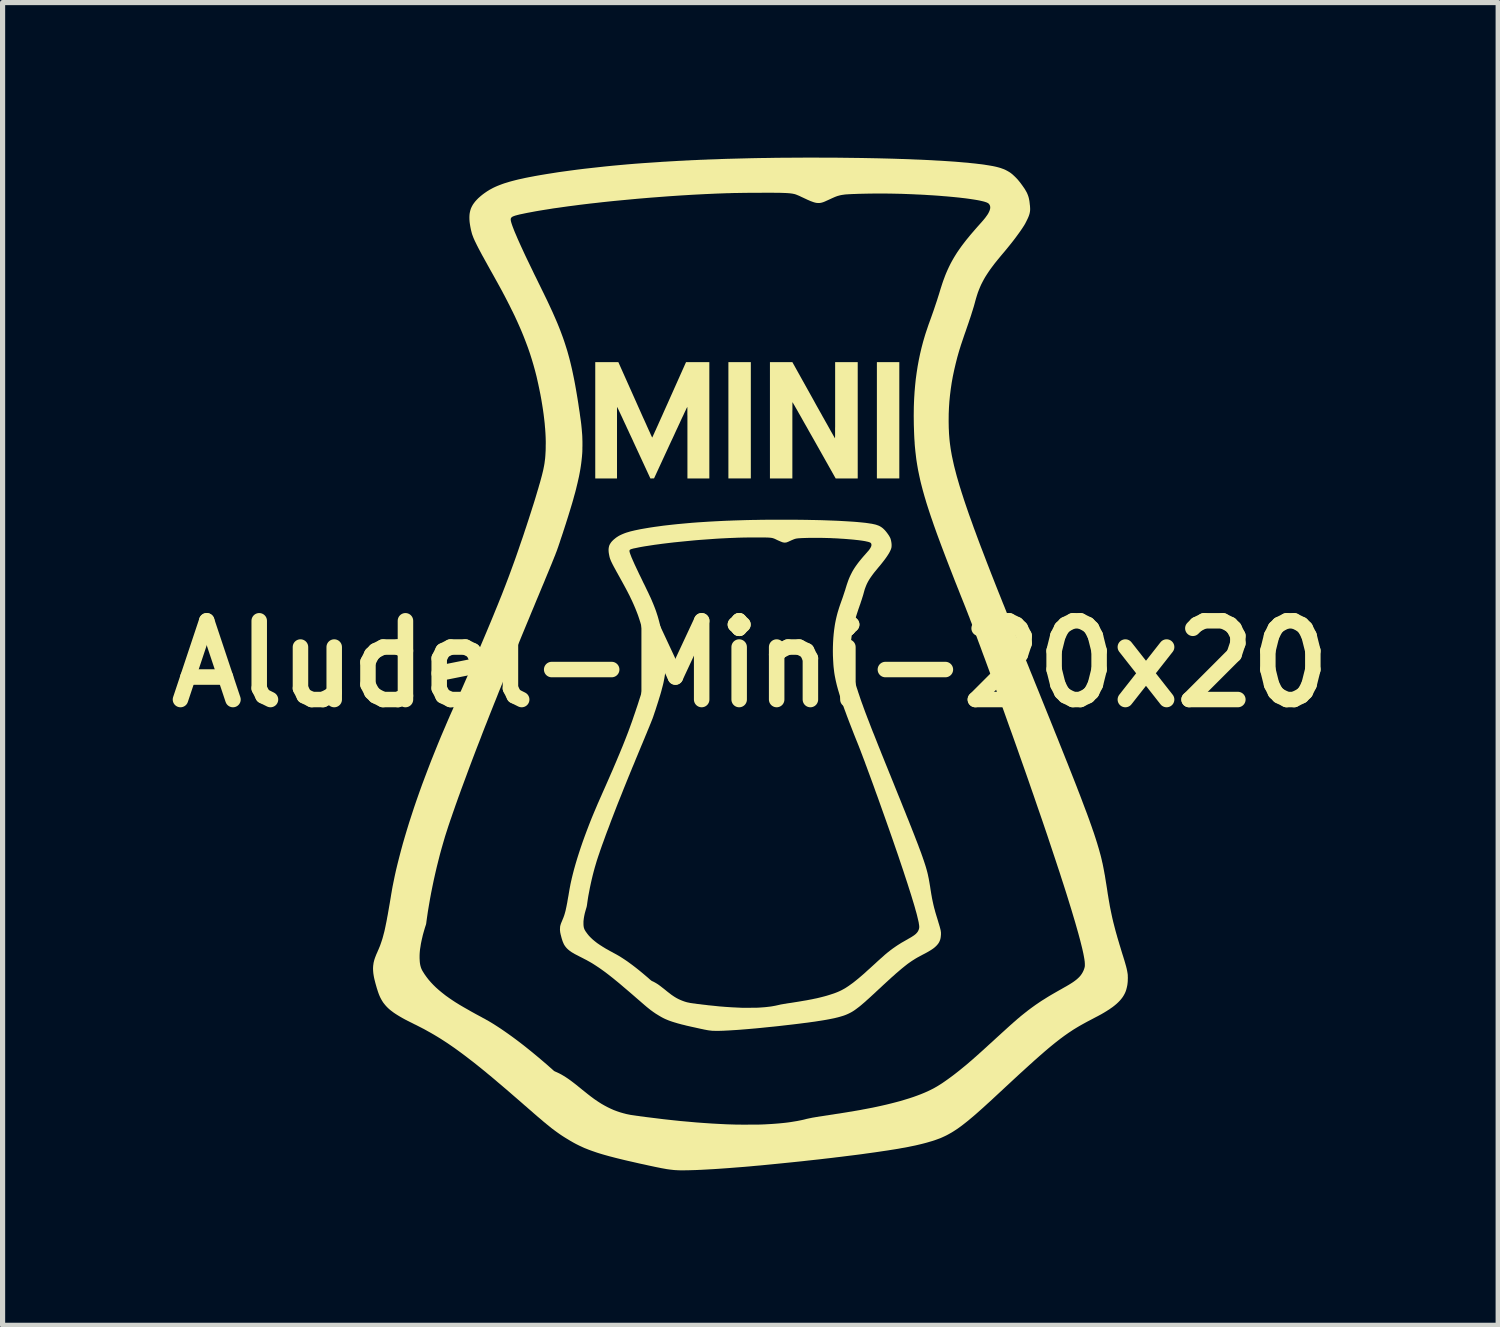
<source format=kicad_pcb>
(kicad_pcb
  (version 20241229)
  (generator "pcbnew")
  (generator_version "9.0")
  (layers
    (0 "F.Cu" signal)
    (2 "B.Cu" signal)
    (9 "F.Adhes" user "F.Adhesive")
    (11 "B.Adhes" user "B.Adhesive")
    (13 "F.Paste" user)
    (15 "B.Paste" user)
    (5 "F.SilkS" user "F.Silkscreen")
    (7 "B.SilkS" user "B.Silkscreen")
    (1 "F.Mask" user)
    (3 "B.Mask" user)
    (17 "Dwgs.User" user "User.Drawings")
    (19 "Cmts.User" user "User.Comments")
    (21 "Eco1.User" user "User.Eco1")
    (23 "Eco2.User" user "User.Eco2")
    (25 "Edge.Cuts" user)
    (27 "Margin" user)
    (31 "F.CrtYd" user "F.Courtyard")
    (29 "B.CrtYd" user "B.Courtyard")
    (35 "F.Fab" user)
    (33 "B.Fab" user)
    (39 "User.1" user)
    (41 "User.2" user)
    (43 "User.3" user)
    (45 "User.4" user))
  (footprint "Aludel-Mini-20x20"
    (layer "F.Cu")
    (at 11.474 9.8)
    (property "Reference" "Aludel-Mini-20x20" (at 0 0 0) (layer "F.SilkS") (effects (font (size 1.524 1.524) (thickness 0.3))))
    (attr board_only exclude_from_pos_files exclude_from_bom)
    (fp_poly (pts (xy 0.008 -3.59) (xy -0.426 -3.59) (xy -0.426 -5.841) (xy 0.008 -5.841)) (stroke (width 0) (type solid)) (fill yes) (layer "F.SilkS"))
    (fp_poly (pts (xy 2.882 -3.59) (xy 2.448 -3.59) (xy 2.448 -5.841) (xy 2.882 -5.841)) (stroke (width 0) (type solid)) (fill yes) (layer "F.SilkS"))
    (fp_poly (pts (xy 1.223 -5.104) (xy 1.254 -5.047) (xy 1.285 -4.991) (xy 1.315 -4.938) (xy 1.344 -4.886) (xy 1.372 -4.837) (xy 1.398 -4.789) (xy 1.424 -4.744) (xy 1.448 -4.7) (xy 1.471 -4.66) (xy 1.493 -4.621) (xy 1.513 -4.585) (xy 1.532 -4.551) (xy 1.549 -4.52) (xy 1.565 -4.492) (xy 1.58 -4.466) (xy 1.593 -4.443) (xy 1.604 -4.423) (xy 1.614 -4.406) (xy 1.622 -4.392) (xy 1.628 -4.381) (xy 1.633 -4.373) (xy 1.636 -4.368) (xy 1.637 -4.366) (xy 1.637 -4.367) (xy 1.637 -4.367) (xy 1.637 -4.369) (xy 1.638 -4.371) (xy 1.638 -4.373) (xy 1.638 -4.377) (xy 1.638 -4.382) (xy 1.638 -4.388) (xy 1.638 -4.395) (xy 1.639 -4.404) (xy 1.639 -4.414) (xy 1.639 -4.426) (xy 1.639 -4.439) (xy 1.639 -4.455) (xy 1.639 -4.472) (xy 1.639 -4.492) (xy 1.639 -4.513) (xy 1.639 -4.537) (xy 1.639 -4.563) (xy 1.64 -4.592) (xy 1.64 -4.623) (xy 1.64 -4.657) (xy 1.64 -4.694) (xy 1.64 -4.734) (xy 1.64 -4.777) (xy 1.64 -4.823) (xy 1.64 -4.873) (xy 1.64 -4.925) (xy 1.64 -4.982) (xy 1.64 -5.042) (xy 1.64 -5.103) (xy 1.64 -5.841) (xy 2.077 -5.841) (xy 2.077 -3.59) (xy 1.864 -3.59) (xy 1.65 -3.59) (xy 1.235 -4.327) (xy 1.197 -4.394) (xy 1.161 -4.457) (xy 1.127 -4.517) (xy 1.095 -4.575) (xy 1.064 -4.629) (xy 1.035 -4.68) (xy 1.008 -4.728) (xy 0.983 -4.773) (xy 0.959 -4.815) (xy 0.937 -4.853) (xy 0.917 -4.889) (xy 0.899 -4.921) (xy 0.882 -4.95) (xy 0.867 -4.976) (xy 0.855 -4.998) (xy 0.843 -5.017) (xy 0.834 -5.033) (xy 0.827 -5.046) (xy 0.821 -5.056) (xy 0.818 -5.062) (xy 0.816 -5.064) (xy 0.815 -5.065) (xy 0.815 -5.065) (xy 0.815 -5.064) (xy 0.815 -5.063) (xy 0.814 -5.062) (xy 0.814 -5.06) (xy 0.814 -5.057) (xy 0.814 -5.053) (xy 0.814 -5.048) (xy 0.813 -5.042) (xy 0.813 -5.035) (xy 0.813 -5.026) (xy 0.813 -5.016) (xy 0.813 -5.005) (xy 0.813 -4.991) (xy 0.813 -4.976) (xy 0.813 -4.959) (xy 0.813 -4.94) (xy 0.813 -4.919) (xy 0.812 -4.895) (xy 0.812 -4.87) (xy 0.812 -4.841) (xy 0.812 -4.81) (xy 0.812 -4.777) (xy 0.812 -4.74) (xy 0.812 -4.701) (xy 0.812 -4.659) (xy 0.812 -4.613) (xy 0.812 -4.564) (xy 0.812 -4.512) (xy 0.812 -4.456) (xy 0.812 -4.397) (xy 0.812 -3.59) (xy 0.378 -3.59) (xy 0.378 -5.841) (xy 0.812 -5.841)) (stroke (width 0) (type solid)) (fill yes) (layer "F.SilkS"))
    (fp_poly (pts (xy -2.23 -5.111) (xy -2.201 -5.046) (xy -2.173 -4.983) (xy -2.147 -4.925) (xy -2.122 -4.869) (xy -2.099 -4.817) (xy -2.077 -4.768) (xy -2.056 -4.723) (xy -2.037 -4.68) (xy -2.019 -4.641) (xy -2.003 -4.604) (xy -1.988 -4.571) (xy -1.974 -4.54) (xy -1.962 -4.513) (xy -1.95 -4.488) (xy -1.94 -4.466) (xy -1.932 -4.446) (xy -1.924 -4.429) (xy -1.917 -4.415) (xy -1.912 -4.404) (xy -1.908 -4.395) (xy -1.904 -4.388) (xy -1.902 -4.384) (xy -1.901 -4.382) (xy -1.901 -4.382) (xy -1.9 -4.383) (xy -1.898 -4.386) (xy -1.895 -4.392) (xy -1.891 -4.4) (xy -1.886 -4.411) (xy -1.88 -4.425) (xy -1.873 -4.441) (xy -1.864 -4.459) (xy -1.855 -4.481) (xy -1.844 -4.505) (xy -1.831 -4.532) (xy -1.818 -4.562) (xy -1.803 -4.595) (xy -1.787 -4.63) (xy -1.77 -4.669) (xy -1.751 -4.711) (xy -1.731 -4.756) (xy -1.709 -4.804) (xy -1.686 -4.856) (xy -1.662 -4.91) (xy -1.636 -4.968) (xy -1.608 -5.03) (xy -1.579 -5.095) (xy -1.572 -5.111) (xy -1.246 -5.841) (xy -0.795 -5.841) (xy -0.795 -3.59) (xy -1.219 -3.59) (xy -1.219 -4.343) (xy -1.219 -4.4) (xy -1.219 -4.454) (xy -1.219 -4.505) (xy -1.219 -4.552) (xy -1.219 -4.596) (xy -1.219 -4.637) (xy -1.219 -4.674) (xy -1.219 -4.709) (xy -1.219 -4.741) (xy -1.219 -4.77) (xy -1.219 -4.797) (xy -1.22 -4.821) (xy -1.22 -4.843) (xy -1.22 -4.863) (xy -1.22 -4.88) (xy -1.22 -4.896) (xy -1.22 -4.91) (xy -1.22 -4.922) (xy -1.22 -4.932) (xy -1.22 -4.941) (xy -1.22 -4.949) (xy -1.221 -4.955) (xy -1.221 -4.96) (xy -1.221 -4.964) (xy -1.221 -4.967) (xy -1.221 -4.97) (xy -1.222 -4.971) (xy -1.222 -4.972) (xy -1.222 -4.973) (xy -1.223 -4.973) (xy -1.223 -4.973) (xy -1.223 -4.972) (xy -1.225 -4.97) (xy -1.227 -4.966) (xy -1.229 -4.96) (xy -1.233 -4.953) (xy -1.238 -4.944) (xy -1.243 -4.933) (xy -1.249 -4.92) (xy -1.256 -4.904) (xy -1.265 -4.887) (xy -1.274 -4.867) (xy -1.284 -4.846) (xy -1.295 -4.821) (xy -1.308 -4.794) (xy -1.322 -4.765) (xy -1.337 -4.733) (xy -1.353 -4.698) (xy -1.37 -4.66) (xy -1.389 -4.62) (xy -1.409 -4.576) (xy -1.431 -4.53) (xy -1.454 -4.48) (xy -1.478 -4.427) (xy -1.504 -4.371) (xy -1.532 -4.312) (xy -1.546 -4.282) (xy -1.865 -3.591) (xy -1.901 -3.59) (xy -1.936 -3.59) (xy -2.256 -4.281) (xy -2.285 -4.345) (xy -2.313 -4.405) (xy -2.34 -4.462) (xy -2.364 -4.515) (xy -2.388 -4.565) (xy -2.409 -4.612) (xy -2.43 -4.656) (xy -2.449 -4.697) (xy -2.466 -4.734) (xy -2.482 -4.769) (xy -2.497 -4.801) (xy -2.511 -4.83) (xy -2.523 -4.856) (xy -2.534 -4.879) (xy -2.543 -4.899) (xy -2.552 -4.917) (xy -2.559 -4.933) (xy -2.565 -4.945) (xy -2.57 -4.955) (xy -2.574 -4.963) (xy -2.577 -4.969) (xy -2.578 -4.972) (xy -2.579 -4.972) (xy -2.579 -4.972) (xy -2.58 -4.972) (xy -2.58 -4.971) (xy -2.58 -4.97) (xy -2.58 -4.968) (xy -2.581 -4.965) (xy -2.581 -4.961) (xy -2.581 -4.956) (xy -2.581 -4.95) (xy -2.581 -4.943) (xy -2.581 -4.934) (xy -2.582 -4.924) (xy -2.582 -4.913) (xy -2.582 -4.899) (xy -2.582 -4.884) (xy -2.582 -4.867) (xy -2.582 -4.848) (xy -2.582 -4.826) (xy -2.582 -4.802) (xy -2.582 -4.776) (xy -2.582 -4.747) (xy -2.582 -4.716) (xy -2.582 -4.682) (xy -2.582 -4.645) (xy -2.582 -4.605) (xy -2.582 -4.562) (xy -2.582 -4.515) (xy -2.582 -4.466) (xy -2.582 -4.412) (xy -2.582 -4.356) (xy -2.582 -4.295) (xy -2.582 -3.59) (xy -3.003 -3.59) (xy -3.003 -5.841) (xy -2.556 -5.841)) (stroke (width 0) (type solid)) (fill yes) (layer "F.SilkS"))
    (fp_poly (pts (xy 0.742 -2.791) (xy 0.832 -2.791) (xy 0.922 -2.79) (xy 1.009 -2.789) (xy 1.093 -2.788) (xy 1.175 -2.786) (xy 1.197 -2.786) (xy 1.287 -2.784) (xy 1.374 -2.782) (xy 1.459 -2.779) (xy 1.54 -2.776) (xy 1.619 -2.773) (xy 1.695 -2.77) (xy 1.767 -2.766) (xy 1.836 -2.762) (xy 1.903 -2.758) (xy 1.966 -2.754) (xy 2.025 -2.75) (xy 2.082 -2.745) (xy 2.135 -2.74) (xy 2.185 -2.735) (xy 2.231 -2.73) (xy 2.273 -2.724) (xy 2.312 -2.718) (xy 2.348 -2.713) (xy 2.38 -2.706) (xy 2.408 -2.7) (xy 2.431 -2.694) (xy 2.46 -2.684) (xy 2.487 -2.674) (xy 2.512 -2.661) (xy 2.536 -2.646) (xy 2.559 -2.629) (xy 2.581 -2.609) (xy 2.603 -2.587) (xy 2.625 -2.561) (xy 2.644 -2.537) (xy 2.662 -2.512) (xy 2.678 -2.489) (xy 2.691 -2.467) (xy 2.702 -2.447) (xy 2.711 -2.427) (xy 2.717 -2.407) (xy 2.722 -2.387) (xy 2.724 -2.376) (xy 2.729 -2.348) (xy 2.732 -2.322) (xy 2.733 -2.298) (xy 2.732 -2.277) (xy 2.731 -2.259) (xy 2.728 -2.248) (xy 2.723 -2.228) (xy 2.715 -2.208) (xy 2.705 -2.186) (xy 2.693 -2.162) (xy 2.679 -2.137) (xy 2.662 -2.11) (xy 2.643 -2.081) (xy 2.622 -2.051) (xy 2.598 -2.018) (xy 2.571 -1.983) (xy 2.542 -1.946) (xy 2.51 -1.906) (xy 2.475 -1.865) (xy 2.462 -1.849) (xy 2.431 -1.811) (xy 2.401 -1.775) (xy 2.375 -1.741) (xy 2.351 -1.708) (xy 2.329 -1.677) (xy 2.309 -1.647) (xy 2.291 -1.618) (xy 2.275 -1.59) (xy 2.26 -1.561) (xy 2.247 -1.533) (xy 2.235 -1.504) (xy 2.224 -1.475) (xy 2.213 -1.445) (xy 2.204 -1.413) (xy 2.2 -1.399) (xy 2.192 -1.37) (xy 2.184 -1.341) (xy 2.175 -1.311) (xy 2.165 -1.28) (xy 2.155 -1.247) (xy 2.143 -1.212) (xy 2.131 -1.175) (xy 2.123 -1.151) (xy 2.116 -1.133) (xy 2.109 -1.112) (xy 2.102 -1.091) (xy 2.094 -1.069) (xy 2.087 -1.049) (xy 2.082 -1.033) (xy 2.058 -0.96) (xy 2.036 -0.889) (xy 2.016 -0.82) (xy 1.999 -0.752) (xy 1.985 -0.685) (xy 1.972 -0.618) (xy 1.961 -0.552) (xy 1.952 -0.484) (xy 1.945 -0.415) (xy 1.941 -0.362) (xy 1.94 -0.348) (xy 1.939 -0.331) (xy 1.939 -0.311) (xy 1.938 -0.289) (xy 1.938 -0.266) (xy 1.938 -0.241) (xy 1.938 -0.216) (xy 1.938 -0.191) (xy 1.939 -0.167) (xy 1.939 -0.144) (xy 1.94 -0.123) (xy 1.941 -0.105) (xy 1.941 -0.089) (xy 1.942 -0.085) (xy 1.945 -0.045) (xy 1.95 -0.005) (xy 1.955 0.035) (xy 1.961 0.076) (xy 1.968 0.117) (xy 1.977 0.159) (xy 1.987 0.203) (xy 1.998 0.249) (xy 2.01 0.296) (xy 2.024 0.345) (xy 2.039 0.397) (xy 2.055 0.451) (xy 2.074 0.508) (xy 2.093 0.568) (xy 2.094 0.569) (xy 2.104 0.599) (xy 2.114 0.629) (xy 2.124 0.659) (xy 2.134 0.689) (xy 2.145 0.72) (xy 2.156 0.751) (xy 2.168 0.783) (xy 2.18 0.816) (xy 2.192 0.85) (xy 2.205 0.885) (xy 2.218 0.921) (xy 2.232 0.958) (xy 2.247 0.997) (xy 2.262 1.037) (xy 2.278 1.078) (xy 2.295 1.121) (xy 2.312 1.166) (xy 2.33 1.213) (xy 2.349 1.262) (xy 2.369 1.313) (xy 2.391 1.366) (xy 2.413 1.422) (xy 2.436 1.48) (xy 2.46 1.541) (xy 2.485 1.604) (xy 2.512 1.67) (xy 2.539 1.739) (xy 2.568 1.81) (xy 2.598 1.885) (xy 2.63 1.964) (xy 2.663 2.045) (xy 2.697 2.13) (xy 2.699 2.133) (xy 2.735 2.223) (xy 2.77 2.309) (xy 2.803 2.392) (xy 2.835 2.471) (xy 2.866 2.548) (xy 2.896 2.621) (xy 2.924 2.691) (xy 2.951 2.759) (xy 2.977 2.823) (xy 3.002 2.885) (xy 3.025 2.944) (xy 3.048 3) (xy 3.07 3.054) (xy 3.09 3.106) (xy 3.11 3.155) (xy 3.128 3.202) (xy 3.146 3.247) (xy 3.163 3.29) (xy 3.179 3.331) (xy 3.194 3.37) (xy 3.208 3.407) (xy 3.222 3.442) (xy 3.235 3.476) (xy 3.248 3.509) (xy 3.259 3.54) (xy 3.27 3.569) (xy 3.281 3.598) (xy 3.291 3.625) (xy 3.301 3.651) (xy 3.31 3.676) (xy 3.318 3.7) (xy 3.327 3.724) (xy 3.335 3.747) (xy 3.342 3.769) (xy 3.35 3.79) (xy 3.357 3.811) (xy 3.363 3.829) (xy 3.376 3.869) (xy 3.388 3.906) (xy 3.399 3.942) (xy 3.409 3.977) (xy 3.418 4.01) (xy 3.427 4.044) (xy 3.435 4.078) (xy 3.442 4.113) (xy 3.45 4.149) (xy 3.457 4.187) (xy 3.464 4.227) (xy 3.471 4.269) (xy 3.479 4.315) (xy 3.481 4.331) (xy 3.488 4.376) (xy 3.495 4.418) (xy 3.501 4.457) (xy 3.508 4.494) (xy 3.514 4.53) (xy 3.521 4.564) (xy 3.528 4.597) (xy 3.535 4.629) (xy 3.542 4.661) (xy 3.55 4.694) (xy 3.558 4.727) (xy 3.568 4.761) (xy 3.577 4.797) (xy 3.588 4.834) (xy 3.6 4.874) (xy 3.613 4.916) (xy 3.627 4.962) (xy 3.632 4.978) (xy 3.641 5.01) (xy 3.65 5.038) (xy 3.657 5.063) (xy 3.664 5.085) (xy 3.669 5.105) (xy 3.674 5.123) (xy 3.678 5.139) (xy 3.681 5.153) (xy 3.684 5.166) (xy 3.685 5.178) (xy 3.687 5.189) (xy 3.688 5.2) (xy 3.688 5.211) (xy 3.688 5.222) (xy 3.688 5.234) (xy 3.688 5.238) (xy 3.685 5.272) (xy 3.681 5.304) (xy 3.674 5.334) (xy 3.664 5.361) (xy 3.652 5.387) (xy 3.637 5.411) (xy 3.618 5.435) (xy 3.597 5.458) (xy 3.583 5.471) (xy 3.569 5.484) (xy 3.553 5.497) (xy 3.536 5.51) (xy 3.517 5.523) (xy 3.496 5.537) (xy 3.473 5.551) (xy 3.448 5.566) (xy 3.42 5.582) (xy 3.389 5.599) (xy 3.355 5.617) (xy 3.344 5.622) (xy 3.317 5.637) (xy 3.292 5.65) (xy 3.27 5.662) (xy 3.25 5.673) (xy 3.231 5.683) (xy 3.214 5.693) (xy 3.197 5.703) (xy 3.181 5.713) (xy 3.164 5.724) (xy 3.148 5.734) (xy 3.123 5.75) (xy 3.097 5.768) (xy 3.071 5.786) (xy 3.043 5.806) (xy 3.015 5.828) (xy 2.986 5.851) (xy 2.955 5.876) (xy 2.923 5.902) (xy 2.889 5.931) (xy 2.853 5.962) (xy 2.815 5.994) (xy 2.776 6.03) (xy 2.733 6.067) (xy 2.689 6.108) (xy 2.664 6.13) (xy 2.658 6.136) (xy 2.653 6.141) (xy 2.648 6.145) (xy 2.643 6.15) (xy 2.638 6.154) (xy 2.633 6.159) (xy 2.627 6.164) (xy 2.621 6.17) (xy 2.614 6.176) (xy 2.606 6.184) (xy 2.597 6.192) (xy 2.586 6.202) (xy 2.574 6.213) (xy 2.56 6.226) (xy 2.544 6.241) (xy 2.526 6.258) (xy 2.506 6.277) (xy 2.482 6.298) (xy 2.475 6.305) (xy 2.457 6.322) (xy 2.439 6.338) (xy 2.423 6.354) (xy 2.406 6.369) (xy 2.392 6.383) (xy 2.378 6.395) (xy 2.366 6.406) (xy 2.357 6.415) (xy 2.349 6.422) (xy 2.344 6.426) (xy 2.331 6.439) (xy 2.316 6.452) (xy 2.299 6.468) (xy 2.282 6.483) (xy 2.264 6.499) (xy 2.246 6.515) (xy 2.229 6.531) (xy 2.213 6.545) (xy 2.199 6.557) (xy 2.187 6.567) (xy 2.187 6.567) (xy 2.15 6.599) (xy 2.115 6.628) (xy 2.081 6.654) (xy 2.049 6.678) (xy 2.019 6.7) (xy 1.989 6.72) (xy 1.959 6.738) (xy 1.929 6.754) (xy 1.899 6.769) (xy 1.868 6.783) (xy 1.836 6.796) (xy 1.803 6.808) (xy 1.767 6.819) (xy 1.73 6.83) (xy 1.69 6.841) (xy 1.647 6.851) (xy 1.646 6.852) (xy 1.609 6.86) (xy 1.569 6.868) (xy 1.524 6.877) (xy 1.476 6.886) (xy 1.424 6.895) (xy 1.369 6.904) (xy 1.31 6.913) (xy 1.247 6.923) (xy 1.18 6.932) (xy 1.11 6.942) (xy 1.036 6.951) (xy 0.959 6.961) (xy 0.878 6.971) (xy 0.794 6.981) (xy 0.706 6.991) (xy 0.645 6.998) (xy 0.55 7.009) (xy 0.457 7.019) (xy 0.366 7.028) (xy 0.277 7.037) (xy 0.191 7.046) (xy 0.107 7.054) (xy 0.026 7.061) (xy -0.052 7.068) (xy -0.128 7.074) (xy -0.2 7.08) (xy -0.269 7.085) (xy -0.335 7.089) (xy -0.398 7.093) (xy -0.457 7.096) (xy -0.513 7.099) (xy -0.544 7.1) (xy -0.562 7.101) (xy -0.582 7.101) (xy -0.602 7.102) (xy -0.624 7.102) (xy -0.645 7.102) (xy -0.666 7.102) (xy -0.685 7.102) (xy -0.704 7.101) (xy -0.719 7.101) (xy -0.733 7.101) (xy -0.742 7.1) (xy -0.759 7.098) (xy -0.777 7.096) (xy -0.796 7.094) (xy -0.817 7.091) (xy -0.84 7.087) (xy -0.865 7.082) (xy -0.893 7.077) (xy -0.924 7.07) (xy -0.958 7.063) (xy -0.959 7.063) (xy -1.022 7.049) (xy -1.08 7.036) (xy -1.136 7.024) (xy -1.188 7.012) (xy -1.237 7.001) (xy -1.283 6.989) (xy -1.326 6.979) (xy -1.366 6.968) (xy -1.404 6.958) (xy -1.44 6.947) (xy -1.474 6.937) (xy -1.506 6.927) (xy -1.536 6.917) (xy -1.564 6.907) (xy -1.591 6.897) (xy -1.617 6.886) (xy -1.641 6.876) (xy -1.665 6.865) (xy -1.687 6.854) (xy -1.71 6.842) (xy -1.73 6.831) (xy -1.782 6.8) (xy -1.834 6.768) (xy -1.882 6.735) (xy -1.916 6.71) (xy -1.928 6.702) (xy -1.939 6.693) (xy -1.95 6.684) (xy -1.962 6.675) (xy -1.974 6.665) (xy -1.987 6.655) (xy -2 6.644) (xy -2.015 6.632) (xy -2.031 6.618) (xy -2.048 6.604) (xy -2.066 6.588) (xy -2.087 6.57) (xy -2.109 6.551) (xy -2.134 6.529) (xy -2.161 6.506) (xy -2.191 6.48) (xy -2.205 6.468) (xy -2.26 6.42) (xy -2.312 6.375) (xy -2.361 6.333) (xy -2.408 6.293) (xy -2.453 6.255) (xy -2.495 6.219) (xy -2.536 6.184) (xy -2.575 6.152) (xy -2.612 6.122) (xy -2.647 6.093) (xy -2.681 6.066) (xy -2.714 6.04) (xy -2.746 6.015) (xy -2.776 5.992) (xy -2.806 5.969) (xy -2.835 5.948) (xy -2.864 5.927) (xy -2.892 5.907) (xy -2.919 5.888) (xy -2.947 5.869) (xy -2.975 5.851) (xy -2.977 5.849) (xy -3.005 5.831) (xy -3.033 5.813) (xy -3.06 5.796) (xy -3.087 5.78) (xy -3.115 5.764) (xy -3.144 5.748) (xy -3.174 5.731) (xy -3.206 5.715) (xy -3.24 5.697) (xy -3.277 5.678) (xy -3.283 5.675) (xy -3.313 5.66) (xy -3.339 5.646) (xy -3.363 5.634) (xy -3.384 5.623) (xy -3.403 5.613) (xy -3.419 5.603) (xy -3.435 5.594) (xy -3.449 5.586) (xy -3.462 5.578) (xy -3.474 5.569) (xy -3.486 5.561) (xy -3.498 5.552) (xy -3.5 5.551) (xy -3.528 5.528) (xy -3.552 5.505) (xy -3.574 5.48) (xy -3.593 5.454) (xy -3.61 5.426) (xy -3.624 5.394) (xy -3.629 5.382) (xy -3.636 5.365) (xy -3.642 5.345) (xy -3.649 5.324) (xy -3.656 5.3) (xy -3.662 5.277) (xy -3.668 5.253) (xy -3.674 5.231) (xy -3.678 5.21) (xy -3.681 5.197) (xy -3.683 5.179) (xy -3.685 5.16) (xy -3.686 5.14) (xy -3.685 5.12) (xy -3.684 5.101) (xy -3.683 5.084) (xy -3.681 5.075) (xy -3.677 5.058) (xy -3.672 5.041) (xy -3.666 5.023) (xy -3.665 5.021) (xy -3.231 5.021) (xy -3.231 5.039) (xy -3.23 5.056) (xy -3.229 5.071) (xy -3.227 5.084) (xy -3.226 5.092) (xy -3.223 5.106) (xy -3.219 5.118) (xy -3.215 5.13) (xy -3.21 5.141) (xy -3.204 5.153) (xy -3.196 5.166) (xy -3.187 5.181) (xy -3.181 5.189) (xy -3.154 5.226) (xy -3.124 5.263) (xy -3.089 5.299) (xy -3.052 5.334) (xy -3.01 5.369) (xy -2.965 5.404) (xy -2.921 5.434) (xy -2.9 5.448) (xy -2.879 5.461) (xy -2.858 5.475) (xy -2.836 5.488) (xy -2.814 5.502) (xy -2.79 5.516) (xy -2.764 5.53) (xy -2.736 5.546) (xy -2.706 5.563) (xy -2.673 5.58) (xy -2.647 5.595) (xy -2.626 5.606) (xy -2.608 5.616) (xy -2.593 5.624) (xy -2.579 5.632) (xy -2.567 5.639) (xy -2.556 5.645) (xy -2.545 5.652) (xy -2.534 5.658) (xy -2.522 5.665) (xy -2.515 5.67) (xy -2.474 5.696) (xy -2.43 5.725) (xy -2.384 5.756) (xy -2.336 5.791) (xy -2.287 5.827) (xy -2.237 5.865) (xy -2.186 5.905) (xy -2.134 5.947) (xy -2.082 5.99) (xy -2.03 6.034) (xy -1.977 6.079) (xy -1.953 6.101) (xy -1.94 6.112) (xy -1.929 6.121) (xy -1.92 6.128) (xy -1.914 6.133) (xy -1.908 6.136) (xy -1.906 6.137) (xy -1.894 6.143) (xy -1.88 6.149) (xy -1.865 6.157) (xy -1.85 6.165) (xy -1.836 6.173) (xy -1.829 6.177) (xy -1.816 6.185) (xy -1.803 6.193) (xy -1.789 6.202) (xy -1.776 6.211) (xy -1.761 6.222) (xy -1.745 6.234) (xy -1.728 6.247) (xy -1.709 6.262) (xy -1.688 6.278) (xy -1.664 6.297) (xy -1.65 6.308) (xy -1.621 6.332) (xy -1.593 6.354) (xy -1.568 6.373) (xy -1.545 6.391) (xy -1.524 6.407) (xy -1.503 6.421) (xy -1.484 6.434) (xy -1.465 6.446) (xy -1.447 6.457) (xy -1.428 6.468) (xy -1.409 6.478) (xy -1.39 6.488) (xy -1.388 6.489) (xy -1.348 6.507) (xy -1.308 6.523) (xy -1.268 6.537) (xy -1.227 6.549) (xy -1.183 6.558) (xy -1.165 6.562) (xy -1.157 6.563) (xy -1.144 6.565) (xy -1.129 6.567) (xy -1.111 6.57) (xy -1.091 6.572) (xy -1.068 6.575) (xy -1.044 6.579) (xy -1.019 6.582) (xy -0.992 6.585) (xy -0.966 6.588) (xy -0.939 6.592) (xy -0.912 6.595) (xy -0.886 6.598) (xy -0.86 6.601) (xy -0.836 6.604) (xy -0.814 6.607) (xy -0.812 6.607) (xy -0.741 6.614) (xy -0.673 6.621) (xy -0.608 6.628) (xy -0.545 6.633) (xy -0.483 6.638) (xy -0.422 6.642) (xy -0.361 6.646) (xy -0.3 6.649) (xy -0.238 6.652) (xy -0.175 6.655) (xy -0.146 6.656) (xy -0.137 6.656) (xy -0.125 6.656) (xy -0.11 6.656) (xy -0.092 6.656) (xy -0.073 6.656) (xy -0.052 6.656) (xy -0.03 6.656) (xy -0.008 6.656) (xy 0.015 6.655) (xy 0.038 6.655) (xy 0.059 6.655) (xy 0.08 6.655) (xy 0.099 6.654) (xy 0.116 6.654) (xy 0.131 6.654) (xy 0.142 6.653) (xy 0.151 6.653) (xy 0.152 6.653) (xy 0.198 6.65) (xy 0.24 6.647) (xy 0.28 6.644) (xy 0.317 6.64) (xy 0.352 6.636) (xy 0.386 6.632) (xy 0.419 6.627) (xy 0.451 6.621) (xy 0.484 6.615) (xy 0.516 6.608) (xy 0.548 6.601) (xy 0.557 6.599) (xy 0.565 6.597) (xy 0.573 6.595) (xy 0.582 6.593) (xy 0.59 6.591) (xy 0.599 6.59) (xy 0.609 6.588) (xy 0.621 6.586) (xy 0.634 6.584) (xy 0.648 6.581) (xy 0.665 6.579) (xy 0.684 6.576) (xy 0.705 6.572) (xy 0.73 6.568) (xy 0.758 6.564) (xy 0.786 6.56) (xy 0.854 6.549) (xy 0.918 6.539) (xy 0.978 6.529) (xy 1.035 6.519) (xy 1.09 6.51) (xy 1.141 6.5) (xy 1.19 6.491) (xy 1.236 6.481) (xy 1.281 6.472) (xy 1.323 6.462) (xy 1.364 6.452) (xy 1.403 6.442) (xy 1.441 6.432) (xy 1.477 6.422) (xy 1.513 6.411) (xy 1.548 6.4) (xy 1.575 6.391) (xy 1.618 6.377) (xy 1.658 6.362) (xy 1.695 6.347) (xy 1.731 6.331) (xy 1.766 6.314) (xy 1.799 6.296) (xy 1.833 6.277) (xy 1.867 6.255) (xy 1.902 6.232) (xy 1.938 6.206) (xy 1.973 6.181) (xy 1.993 6.166) (xy 2.012 6.151) (xy 2.032 6.135) (xy 2.052 6.119) (xy 2.073 6.102) (xy 2.095 6.084) (xy 2.117 6.065) (xy 2.141 6.045) (xy 2.165 6.024) (xy 2.192 6.001) (xy 2.22 5.976) (xy 2.249 5.949) (xy 2.281 5.92) (xy 2.315 5.89) (xy 2.352 5.856) (xy 2.385 5.826) (xy 2.417 5.797) (xy 2.446 5.77) (xy 2.473 5.745) (xy 2.498 5.723) (xy 2.521 5.702) (xy 2.542 5.684) (xy 2.561 5.667) (xy 2.579 5.651) (xy 2.595 5.636) (xy 2.61 5.623) (xy 2.625 5.611) (xy 2.639 5.599) (xy 2.652 5.588) (xy 2.665 5.578) (xy 2.678 5.568) (xy 2.691 5.558) (xy 2.704 5.547) (xy 2.717 5.537) (xy 2.719 5.536) (xy 2.752 5.511) (xy 2.785 5.488) (xy 2.818 5.465) (xy 2.851 5.443) (xy 2.886 5.421) (xy 2.922 5.398) (xy 2.961 5.376) (xy 3.003 5.352) (xy 3.006 5.35) (xy 3.035 5.334) (xy 3.06 5.319) (xy 3.083 5.306) (xy 3.104 5.294) (xy 3.122 5.283) (xy 3.137 5.273) (xy 3.151 5.264) (xy 3.163 5.256) (xy 3.174 5.248) (xy 3.184 5.24) (xy 3.193 5.233) (xy 3.202 5.225) (xy 3.21 5.217) (xy 3.211 5.216) (xy 3.228 5.197) (xy 3.242 5.177) (xy 3.253 5.155) (xy 3.261 5.134) (xy 3.266 5.112) (xy 3.268 5.092) (xy 3.267 5.075) (xy 3.265 5.055) (xy 3.261 5.031) (xy 3.257 5.003) (xy 3.25 4.972) (xy 3.242 4.938) (xy 3.233 4.9) (xy 3.223 4.858) (xy 3.211 4.813) (xy 3.197 4.765) (xy 3.183 4.713) (xy 3.167 4.658) (xy 3.149 4.599) (xy 3.13 4.537) (xy 3.11 4.471) (xy 3.088 4.402) (xy 3.065 4.33) (xy 3.041 4.254) (xy 3.015 4.175) (xy 2.988 4.093) (xy 2.96 4.007) (xy 2.93 3.918) (xy 2.899 3.826) (xy 2.867 3.73) (xy 2.847 3.671) (xy 2.816 3.582) (xy 2.784 3.489) (xy 2.751 3.393) (xy 2.717 3.296) (xy 2.682 3.196) (xy 2.646 3.094) (xy 2.61 2.992) (xy 2.573 2.888) (xy 2.536 2.784) (xy 2.499 2.68) (xy 2.462 2.576) (xy 2.424 2.473) (xy 2.388 2.371) (xy 2.351 2.27) (xy 2.315 2.172) (xy 2.279 2.075) (xy 2.245 1.982) (xy 2.23 1.943) (xy 2.215 1.9) (xy 2.2 1.861) (xy 2.186 1.824) (xy 2.173 1.79) (xy 2.161 1.757) (xy 2.149 1.727) (xy 2.138 1.697) (xy 2.127 1.668) (xy 2.116 1.64) (xy 2.105 1.612) (xy 2.094 1.583) (xy 2.082 1.554) (xy 2.07 1.523) (xy 2.064 1.509) (xy 2.031 1.427) (xy 2 1.349) (xy 1.971 1.274) (xy 1.943 1.202) (xy 1.916 1.133) (xy 1.891 1.067) (xy 1.867 1.004) (xy 1.845 0.943) (xy 1.823 0.885) (xy 1.803 0.829) (xy 1.785 0.776) (xy 1.767 0.725) (xy 1.751 0.675) (xy 1.735 0.628) (xy 1.721 0.582) (xy 1.708 0.538) (xy 1.695 0.495) (xy 1.684 0.454) (xy 1.673 0.414) (xy 1.664 0.376) (xy 1.655 0.338) (xy 1.647 0.301) (xy 1.64 0.265) (xy 1.633 0.23) (xy 1.627 0.195) (xy 1.622 0.161) (xy 1.618 0.127) (xy 1.614 0.093) (xy 1.61 0.059) (xy 1.607 0.025) (xy 1.606 0.012) (xy 1.601 -0.075) (xy 1.597 -0.162) (xy 1.596 -0.249) (xy 1.597 -0.335) (xy 1.6 -0.419) (xy 1.605 -0.502) (xy 1.612 -0.583) (xy 1.621 -0.662) (xy 1.632 -0.738) (xy 1.633 -0.746) (xy 1.642 -0.797) (xy 1.652 -0.847) (xy 1.663 -0.896) (xy 1.675 -0.945) (xy 1.688 -0.994) (xy 1.703 -1.043) (xy 1.719 -1.095) (xy 1.737 -1.148) (xy 1.755 -1.199) (xy 1.767 -1.232) (xy 1.779 -1.266) (xy 1.791 -1.3) (xy 1.802 -1.334) (xy 1.813 -1.367) (xy 1.823 -1.398) (xy 1.833 -1.427) (xy 1.841 -1.453) (xy 1.841 -1.455) (xy 1.853 -1.493) (xy 1.864 -1.529) (xy 1.875 -1.561) (xy 1.885 -1.59) (xy 1.895 -1.618) (xy 1.905 -1.644) (xy 1.915 -1.668) (xy 1.925 -1.691) (xy 1.936 -1.714) (xy 1.947 -1.737) (xy 1.956 -1.754) (xy 1.97 -1.782) (xy 1.986 -1.81) (xy 2.003 -1.838) (xy 2.021 -1.866) (xy 2.04 -1.894) (xy 2.061 -1.923) (xy 2.083 -1.953) (xy 2.108 -1.985) (xy 2.135 -2.018) (xy 2.163 -2.052) (xy 2.195 -2.089) (xy 2.229 -2.127) (xy 2.236 -2.136) (xy 2.25 -2.151) (xy 2.262 -2.165) (xy 2.272 -2.177) (xy 2.281 -2.186) (xy 2.288 -2.195) (xy 2.294 -2.203) (xy 2.3 -2.21) (xy 2.305 -2.218) (xy 2.31 -2.225) (xy 2.323 -2.245) (xy 2.332 -2.263) (xy 2.339 -2.279) (xy 2.342 -2.294) (xy 2.343 -2.304) (xy 2.341 -2.318) (xy 2.337 -2.331) (xy 2.329 -2.341) (xy 2.319 -2.348) (xy 2.318 -2.349) (xy 2.305 -2.354) (xy 2.289 -2.36) (xy 2.269 -2.365) (xy 2.246 -2.37) (xy 2.22 -2.376) (xy 2.19 -2.381) (xy 2.158 -2.386) (xy 2.122 -2.391) (xy 2.084 -2.396) (xy 2.044 -2.4) (xy 2.001 -2.405) (xy 1.956 -2.409) (xy 1.908 -2.413) (xy 1.859 -2.417) (xy 1.808 -2.421) (xy 1.755 -2.424) (xy 1.701 -2.428) (xy 1.645 -2.431) (xy 1.588 -2.433) (xy 1.559 -2.435) (xy 1.521 -2.436) (xy 1.481 -2.437) (xy 1.44 -2.438) (xy 1.399 -2.439) (xy 1.357 -2.44) (xy 1.316 -2.44) (xy 1.274 -2.44) (xy 1.233 -2.44) (xy 1.193 -2.44) (xy 1.154 -2.44) (xy 1.116 -2.439) (xy 1.08 -2.438) (xy 1.046 -2.437) (xy 1.015 -2.436) (xy 0.986 -2.435) (xy 0.96 -2.433) (xy 0.937 -2.432) (xy 0.918 -2.43) (xy 0.916 -2.43) (xy 0.901 -2.428) (xy 0.888 -2.426) (xy 0.875 -2.423) (xy 0.862 -2.42) (xy 0.849 -2.415) (xy 0.835 -2.41) (xy 0.819 -2.403) (xy 0.801 -2.396) (xy 0.78 -2.386) (xy 0.775 -2.384) (xy 0.755 -2.375) (xy 0.739 -2.367) (xy 0.725 -2.362) (xy 0.713 -2.357) (xy 0.703 -2.353) (xy 0.693 -2.351) (xy 0.685 -2.349) (xy 0.676 -2.349) (xy 0.668 -2.348) (xy 0.665 -2.348) (xy 0.656 -2.348) (xy 0.648 -2.349) (xy 0.638 -2.351) (xy 0.628 -2.353) (xy 0.617 -2.356) (xy 0.605 -2.361) (xy 0.591 -2.366) (xy 0.575 -2.373) (xy 0.557 -2.381) (xy 0.536 -2.39) (xy 0.512 -2.401) (xy 0.492 -2.411) (xy 0.479 -2.417) (xy 0.469 -2.422) (xy 0.46 -2.425) (xy 0.452 -2.428) (xy 0.444 -2.431) (xy 0.435 -2.434) (xy 0.434 -2.434) (xy 0.426 -2.436) (xy 0.418 -2.438) (xy 0.41 -2.439) (xy 0.401 -2.441) (xy 0.39 -2.442) (xy 0.379 -2.443) (xy 0.366 -2.444) (xy 0.352 -2.445) (xy 0.336 -2.446) (xy 0.318 -2.446) (xy 0.298 -2.447) (xy 0.276 -2.447) (xy 0.251 -2.448) (xy 0.223 -2.448) (xy 0.192 -2.448) (xy 0.158 -2.448) (xy 0.121 -2.448) (xy 0.08 -2.447) (xy 0.067 -2.447) (xy 0.029 -2.447) (xy -0.005 -2.447) (xy -0.036 -2.447) (xy -0.065 -2.447) (xy -0.091 -2.446) (xy -0.115 -2.446) (xy -0.138 -2.446) (xy -0.16 -2.445) (xy -0.182 -2.445) (xy -0.202 -2.444) (xy -0.224 -2.444) (xy -0.245 -2.443) (xy -0.268 -2.442) (xy -0.291 -2.441) (xy -0.317 -2.44) (xy -0.342 -2.439) (xy -0.42 -2.436) (xy -0.5 -2.432) (xy -0.581 -2.428) (xy -0.663 -2.423) (xy -0.745 -2.417) (xy -0.828 -2.411) (xy -0.912 -2.405) (xy -0.995 -2.399) (xy -1.078 -2.392) (xy -1.161 -2.384) (xy -1.243 -2.376) (xy -1.324 -2.368) (xy -1.404 -2.36) (xy -1.483 -2.352) (xy -1.56 -2.343) (xy -1.635 -2.334) (xy -1.709 -2.325) (xy -1.781 -2.315) (xy -1.85 -2.306) (xy -1.916 -2.296) (xy -1.98 -2.286) (xy -2.04 -2.277) (xy -2.098 -2.267) (xy -2.152 -2.257) (xy -2.185 -2.25) (xy -2.214 -2.244) (xy -2.238 -2.239) (xy -2.26 -2.235) (xy -2.278 -2.23) (xy -2.293 -2.226) (xy -2.306 -2.222) (xy -2.316 -2.218) (xy -2.324 -2.214) (xy -2.331 -2.21) (xy -2.335 -2.205) (xy -2.338 -2.2) (xy -2.34 -2.195) (xy -2.341 -2.189) (xy -2.341 -2.186) (xy -2.34 -2.177) (xy -2.338 -2.165) (xy -2.333 -2.15) (xy -2.328 -2.133) (xy -2.32 -2.112) (xy -2.311 -2.089) (xy -2.301 -2.062) (xy -2.288 -2.033) (xy -2.274 -2) (xy -2.258 -1.965) (xy -2.241 -1.926) (xy -2.221 -1.884) (xy -2.2 -1.839) (xy -2.177 -1.791) (xy -2.153 -1.739) (xy -2.126 -1.685) (xy -2.098 -1.627) (xy -2.072 -1.572) (xy -2.052 -1.533) (xy -2.034 -1.496) (xy -2.018 -1.462) (xy -2.003 -1.431) (xy -1.989 -1.402) (xy -1.976 -1.376) (xy -1.965 -1.351) (xy -1.954 -1.328) (xy -1.944 -1.306) (xy -1.934 -1.286) (xy -1.925 -1.266) (xy -1.917 -1.247) (xy -1.908 -1.228) (xy -1.906 -1.221) (xy -1.884 -1.17) (xy -1.864 -1.12) (xy -1.845 -1.071) (xy -1.827 -1.022) (xy -1.811 -0.973) (xy -1.795 -0.924) (xy -1.781 -0.875) (xy -1.767 -0.824) (xy -1.754 -0.772) (xy -1.741 -0.718) (xy -1.729 -0.661) (xy -1.718 -0.602) (xy -1.706 -0.541) (xy -1.695 -0.475) (xy -1.693 -0.466) (xy -1.685 -0.413) (xy -1.677 -0.364) (xy -1.67 -0.318) (xy -1.664 -0.275) (xy -1.659 -0.235) (xy -1.654 -0.198) (xy -1.65 -0.163) (xy -1.647 -0.13) (xy -1.644 -0.099) (xy -1.642 -0.07) (xy -1.641 -0.042) (xy -1.64 -0.015) (xy -1.64 0.011) (xy -1.64 0.036) (xy -1.64 0.04) (xy -1.642 0.071) (xy -1.643 0.101) (xy -1.646 0.131) (xy -1.649 0.161) (xy -1.652 0.193) (xy -1.657 0.224) (xy -1.662 0.257) (xy -1.668 0.29) (xy -1.675 0.325) (xy -1.682 0.361) (xy -1.691 0.399) (xy -1.701 0.438) (xy -1.712 0.479) (xy -1.723 0.522) (xy -1.736 0.568) (xy -1.75 0.615) (xy -1.766 0.666) (xy -1.782 0.719) (xy -1.8 0.775) (xy -1.819 0.834) (xy -1.839 0.897) (xy -1.853 0.937) (xy -1.858 0.951) (xy -1.862 0.965) (xy -1.866 0.978) (xy -1.871 0.99) (xy -1.875 1.003) (xy -1.879 1.015) (xy -1.883 1.027) (xy -1.888 1.039) (xy -1.892 1.052) (xy -1.897 1.065) (xy -1.903 1.079) (xy -1.908 1.093) (xy -1.915 1.109) (xy -1.921 1.126) (xy -1.929 1.145) (xy -1.937 1.165) (xy -1.946 1.186) (xy -1.955 1.21) (xy -1.966 1.235) (xy -1.977 1.263) (xy -1.99 1.293) (xy -2.003 1.326) (xy -2.018 1.362) (xy -2.034 1.4) (xy -2.051 1.442) (xy -2.07 1.487) (xy -2.085 1.524) (xy -2.113 1.59) (xy -2.139 1.653) (xy -2.164 1.713) (xy -2.187 1.769) (xy -2.21 1.824) (xy -2.231 1.875) (xy -2.251 1.925) (xy -2.271 1.972) (xy -2.29 2.017) (xy -2.307 2.06) (xy -2.325 2.102) (xy -2.341 2.143) (xy -2.358 2.183) (xy -2.373 2.221) (xy -2.389 2.259) (xy -2.404 2.297) (xy -2.419 2.334) (xy -2.434 2.371) (xy -2.449 2.408) (xy -2.464 2.446) (xy -2.479 2.484) (xy -2.494 2.522) (xy -2.525 2.599) (xy -2.556 2.676) (xy -2.586 2.752) (xy -2.615 2.827) (xy -2.644 2.902) (xy -2.672 2.975) (xy -2.7 3.047) (xy -2.726 3.118) (xy -2.752 3.187) (xy -2.778 3.254) (xy -2.802 3.319) (xy -2.825 3.383) (xy -2.847 3.444) (xy -2.869 3.503) (xy -2.889 3.56) (xy -2.908 3.614) (xy -2.925 3.666) (xy -2.942 3.714) (xy -2.957 3.76) (xy -2.971 3.802) (xy -2.983 3.842) (xy -2.99 3.866) (xy -3.012 3.94) (xy -3.033 4.017) (xy -3.053 4.095) (xy -3.072 4.174) (xy -3.09 4.254) (xy -3.107 4.334) (xy -3.122 4.413) (xy -3.137 4.491) (xy -3.149 4.566) (xy -3.159 4.636) (xy -3.161 4.652) (xy -3.163 4.665) (xy -3.165 4.676) (xy -3.166 4.685) (xy -3.168 4.692) (xy -3.169 4.699) (xy -3.171 4.706) (xy -3.173 4.714) (xy -3.176 4.723) (xy -3.179 4.733) (xy -3.193 4.781) (xy -3.206 4.829) (xy -3.216 4.876) (xy -3.224 4.921) (xy -3.229 4.965) (xy -3.23 4.972) (xy -3.231 4.986) (xy -3.231 5.003) (xy -3.231 5.021) (xy -3.665 5.021) (xy -3.658 5.003) (xy -3.648 4.98) (xy -3.644 4.97) (xy -3.636 4.95) (xy -3.628 4.931) (xy -3.62 4.912) (xy -3.613 4.893) (xy -3.606 4.874) (xy -3.6 4.855) (xy -3.594 4.835) (xy -3.588 4.814) (xy -3.582 4.792) (xy -3.576 4.769) (xy -3.571 4.744) (xy -3.565 4.717) (xy -3.559 4.688) (xy -3.553 4.657) (xy -3.546 4.623) (xy -3.54 4.586) (xy -3.533 4.545) (xy -3.525 4.502) (xy -3.52 4.474) (xy -3.514 4.437) (xy -3.508 4.403) (xy -3.503 4.373) (xy -3.498 4.345) (xy -3.493 4.319) (xy -3.488 4.294) (xy -3.484 4.27) (xy -3.479 4.247) (xy -3.474 4.224) (xy -3.469 4.201) (xy -3.463 4.177) (xy -3.46 4.161) (xy -3.437 4.067) (xy -3.412 3.971) (xy -3.384 3.872) (xy -3.354 3.771) (xy -3.321 3.667) (xy -3.286 3.56) (xy -3.249 3.452) (xy -3.209 3.341) (xy -3.167 3.228) (xy -3.123 3.113) (xy -3.077 2.996) (xy -3.028 2.878) (xy -2.977 2.758) (xy -2.953 2.701) (xy -2.948 2.689) (xy -2.941 2.675) (xy -2.934 2.658) (xy -2.925 2.638) (xy -2.916 2.617) (xy -2.906 2.595) (xy -2.896 2.572) (xy -2.885 2.548) (xy -2.875 2.524) (xy -2.867 2.506) (xy -2.823 2.407) (xy -2.781 2.312) (xy -2.74 2.219) (xy -2.702 2.131) (xy -2.664 2.045) (xy -2.629 1.962) (xy -2.595 1.883) (xy -2.563 1.806) (xy -2.532 1.733) (xy -2.503 1.662) (xy -2.475 1.595) (xy -2.449 1.53) (xy -2.424 1.467) (xy -2.401 1.408) (xy -2.379 1.351) (xy -2.365 1.315) (xy -2.349 1.271) (xy -2.332 1.225) (xy -2.315 1.177) (xy -2.297 1.128) (xy -2.279 1.077) (xy -2.262 1.026) (xy -2.244 0.974) (xy -2.226 0.922) (xy -2.209 0.87) (xy -2.191 0.818) (xy -2.174 0.766) (xy -2.158 0.715) (xy -2.142 0.665) (xy -2.126 0.616) (xy -2.111 0.568) (xy -2.097 0.522) (xy -2.084 0.478) (xy -2.071 0.437) (xy -2.06 0.397) (xy -2.05 0.361) (xy -2.041 0.327) (xy -2.033 0.297) (xy -2.03 0.287) (xy -2.021 0.245) (xy -2.013 0.202) (xy -2.007 0.16) (xy -2.003 0.116) (xy -2 0.07) (xy -1.999 0.022) (xy -1.999 -0.022) (xy -2.001 -0.075) (xy -2.004 -0.129) (xy -2.009 -0.184) (xy -2.014 -0.239) (xy -2.022 -0.297) (xy -2.031 -0.357) (xy -2.041 -0.42) (xy -2.045 -0.442) (xy -2.06 -0.519) (xy -2.076 -0.594) (xy -2.093 -0.666) (xy -2.111 -0.737) (xy -2.131 -0.806) (xy -2.153 -0.875) (xy -2.176 -0.943) (xy -2.202 -1.011) (xy -2.23 -1.081) (xy -2.26 -1.151) (xy -2.293 -1.224) (xy -2.317 -1.273) (xy -2.328 -1.297) (xy -2.34 -1.322) (xy -2.353 -1.347) (xy -2.366 -1.372) (xy -2.379 -1.398) (xy -2.394 -1.426) (xy -2.409 -1.455) (xy -2.426 -1.486) (xy -2.443 -1.518) (xy -2.463 -1.554) (xy -2.483 -1.591) (xy -2.506 -1.632) (xy -2.523 -1.663) (xy -2.541 -1.696) (xy -2.558 -1.726) (xy -2.573 -1.754) (xy -2.587 -1.778) (xy -2.599 -1.8) (xy -2.61 -1.821) (xy -2.62 -1.839) (xy -2.629 -1.855) (xy -2.637 -1.87) (xy -2.645 -1.884) (xy -2.651 -1.897) (xy -2.658 -1.909) (xy -2.664 -1.921) (xy -2.67 -1.932) (xy -2.67 -1.933) (xy -2.682 -1.957) (xy -2.692 -1.978) (xy -2.701 -1.998) (xy -2.708 -2.016) (xy -2.715 -2.033) (xy -2.72 -2.049) (xy -2.725 -2.066) (xy -2.729 -2.083) (xy -2.731 -2.093) (xy -2.738 -2.129) (xy -2.743 -2.162) (xy -2.745 -2.193) (xy -2.745 -2.221) (xy -2.742 -2.248) (xy -2.737 -2.272) (xy -2.73 -2.296) (xy -2.719 -2.318) (xy -2.706 -2.339) (xy -2.691 -2.36) (xy -2.672 -2.381) (xy -2.666 -2.387) (xy -2.645 -2.407) (xy -2.623 -2.425) (xy -2.601 -2.443) (xy -2.577 -2.459) (xy -2.552 -2.475) (xy -2.526 -2.489) (xy -2.497 -2.503) (xy -2.467 -2.516) (xy -2.435 -2.529) (xy -2.401 -2.541) (xy -2.364 -2.552) (xy -2.324 -2.564) (xy -2.282 -2.574) (xy -2.236 -2.585) (xy -2.188 -2.595) (xy -2.135 -2.606) (xy -2.09 -2.614) (xy -2.015 -2.627) (xy -1.937 -2.64) (xy -1.857 -2.652) (xy -1.775 -2.663) (xy -1.69 -2.675) (xy -1.603 -2.685) (xy -1.513 -2.695) (xy -1.42 -2.705) (xy -1.323 -2.714) (xy -1.224 -2.723) (xy -1.122 -2.732) (xy -1.015 -2.74) (xy -0.906 -2.747) (xy -0.812 -2.753) (xy -0.761 -2.756) (xy -0.707 -2.759) (xy -0.65 -2.762) (xy -0.59 -2.765) (xy -0.528 -2.768) (xy -0.465 -2.771) (xy -0.4 -2.773) (xy -0.334 -2.776) (xy -0.269 -2.778) (xy -0.203 -2.78) (xy -0.138 -2.782) (xy -0.073 -2.784) (xy -0.061 -2.784) (xy 0.02 -2.786) (xy 0.105 -2.787) (xy 0.192 -2.789) (xy 0.282 -2.79) (xy 0.373 -2.791) (xy 0.465 -2.791) (xy 0.557 -2.791) (xy 0.65 -2.791)) (stroke (width 0) (type solid)) (fill yes) (layer "F.SilkS"))
    (fp_poly (pts (xy 1.338 -9.799) (xy 1.503 -9.799) (xy 1.668 -9.798) (xy 1.832 -9.796) (xy 1.995 -9.794) (xy 2.156 -9.792) (xy 2.314 -9.789) (xy 2.471 -9.786) (xy 2.624 -9.782) (xy 2.775 -9.778) (xy 2.922 -9.773) (xy 2.965 -9.772) (xy 3.079 -9.768) (xy 3.189 -9.763) (xy 3.297 -9.759) (xy 3.402 -9.754) (xy 3.504 -9.749) (xy 3.603 -9.743) (xy 3.699 -9.738) (xy 3.791 -9.732) (xy 3.881 -9.726) (xy 3.967 -9.72) (xy 4.05 -9.713) (xy 4.13 -9.706) (xy 4.206 -9.7) (xy 4.278 -9.692) (xy 4.347 -9.685) (xy 4.413 -9.677) (xy 4.475 -9.67) (xy 4.533 -9.662) (xy 4.542 -9.66) (xy 4.594 -9.652) (xy 4.643 -9.644) (xy 4.689 -9.636) (xy 4.732 -9.627) (xy 4.771 -9.618) (xy 4.808 -9.608) (xy 4.843 -9.598) (xy 4.875 -9.586) (xy 4.906 -9.575) (xy 4.935 -9.562) (xy 4.962 -9.548) (xy 4.989 -9.533) (xy 5.014 -9.518) (xy 5.039 -9.501) (xy 5.063 -9.482) (xy 5.066 -9.48) (xy 5.076 -9.471) (xy 5.088 -9.46) (xy 5.102 -9.447) (xy 5.117 -9.433) (xy 5.132 -9.418) (xy 5.147 -9.403) (xy 5.161 -9.388) (xy 5.174 -9.374) (xy 5.185 -9.361) (xy 5.188 -9.357) (xy 5.207 -9.334) (xy 5.227 -9.309) (xy 5.246 -9.283) (xy 5.265 -9.257) (xy 5.283 -9.231) (xy 5.3 -9.207) (xy 5.315 -9.184) (xy 5.321 -9.173) (xy 5.336 -9.147) (xy 5.35 -9.122) (xy 5.361 -9.097) (xy 5.371 -9.072) (xy 5.38 -9.046) (xy 5.388 -9.018) (xy 5.394 -8.99) (xy 5.4 -8.958) (xy 5.404 -8.925) (xy 5.408 -8.888) (xy 5.41 -8.876) (xy 5.412 -8.852) (xy 5.413 -8.83) (xy 5.414 -8.812) (xy 5.414 -8.795) (xy 5.413 -8.78) (xy 5.413 -8.775) (xy 5.411 -8.757) (xy 5.408 -8.74) (xy 5.405 -8.724) (xy 5.4 -8.706) (xy 5.395 -8.689) (xy 5.388 -8.669) (xy 5.38 -8.649) (xy 5.37 -8.626) (xy 5.358 -8.601) (xy 5.344 -8.573) (xy 5.344 -8.572) (xy 5.335 -8.555) (xy 5.327 -8.539) (xy 5.32 -8.525) (xy 5.312 -8.511) (xy 5.304 -8.498) (xy 5.296 -8.484) (xy 5.286 -8.469) (xy 5.275 -8.452) (xy 5.263 -8.433) (xy 5.258 -8.426) (xy 5.228 -8.382) (xy 5.196 -8.337) (xy 5.161 -8.289) (xy 5.125 -8.24) (xy 5.086 -8.189) (xy 5.046 -8.138) (xy 5.004 -8.086) (xy 4.962 -8.034) (xy 4.918 -7.981) (xy 4.908 -7.969) (xy 4.879 -7.935) (xy 4.853 -7.904) (xy 4.829 -7.875) (xy 4.807 -7.848) (xy 4.786 -7.823) (xy 4.767 -7.799) (xy 4.749 -7.777) (xy 4.732 -7.756) (xy 4.716 -7.735) (xy 4.701 -7.715) (xy 4.686 -7.695) (xy 4.684 -7.693) (xy 4.645 -7.64) (xy 4.609 -7.588) (xy 4.576 -7.538) (xy 4.545 -7.489) (xy 4.517 -7.44) (xy 4.491 -7.391) (xy 4.466 -7.342) (xy 4.444 -7.292) (xy 4.423 -7.241) (xy 4.403 -7.189) (xy 4.385 -7.134) (xy 4.368 -7.078) (xy 4.351 -7.018) (xy 4.346 -6.999) (xy 4.339 -6.973) (xy 4.331 -6.944) (xy 4.322 -6.912) (xy 4.311 -6.878) (xy 4.3 -6.841) (xy 4.287 -6.801) (xy 4.274 -6.758) (xy 4.259 -6.712) (xy 4.242 -6.663) (xy 4.225 -6.611) (xy 4.206 -6.556) (xy 4.186 -6.498) (xy 4.165 -6.436) (xy 4.146 -6.383) (xy 4.13 -6.336) (xy 4.115 -6.291) (xy 4.101 -6.25) (xy 4.088 -6.211) (xy 4.075 -6.173) (xy 4.064 -6.137) (xy 4.053 -6.102) (xy 4.042 -6.067) (xy 4.032 -6.033) (xy 4.022 -5.998) (xy 4.012 -5.962) (xy 4.005 -5.938) (xy 3.973 -5.812) (xy 3.944 -5.688) (xy 3.918 -5.565) (xy 3.896 -5.443) (xy 3.878 -5.322) (xy 3.863 -5.201) (xy 3.851 -5.08) (xy 3.843 -4.96) (xy 3.838 -4.84) (xy 3.837 -4.72) (xy 3.837 -4.683) (xy 3.838 -4.622) (xy 3.839 -4.564) (xy 3.842 -4.51) (xy 3.844 -4.457) (xy 3.848 -4.406) (xy 3.852 -4.356) (xy 3.857 -4.306) (xy 3.863 -4.257) (xy 3.869 -4.213) (xy 3.875 -4.17) (xy 3.882 -4.126) (xy 3.89 -4.082) (xy 3.898 -4.036) (xy 3.908 -3.989) (xy 3.918 -3.942) (xy 3.929 -3.892) (xy 3.94 -3.842) (xy 3.953 -3.79) (xy 3.967 -3.737) (xy 3.981 -3.682) (xy 3.996 -3.626) (xy 4.013 -3.568) (xy 4.03 -3.509) (xy 4.048 -3.447) (xy 4.068 -3.384) (xy 4.088 -3.319) (xy 4.11 -3.252) (xy 4.132 -3.183) (xy 4.156 -3.111) (xy 4.181 -3.038) (xy 4.207 -2.962) (xy 4.234 -2.884) (xy 4.263 -2.804) (xy 4.293 -2.721) (xy 4.323 -2.636) (xy 4.356 -2.548) (xy 4.389 -2.458) (xy 4.424 -2.364) (xy 4.46 -2.268) (xy 4.498 -2.17) (xy 4.537 -2.068) (xy 4.577 -1.963) (xy 4.619 -1.855) (xy 4.662 -1.744) (xy 4.707 -1.63) (xy 4.753 -1.513) (xy 4.801 -1.392) (xy 4.851 -1.268) (xy 4.888 -1.174) (xy 4.899 -1.148) (xy 4.909 -1.123) (xy 4.919 -1.099) (xy 4.928 -1.075) (xy 4.937 -1.053) (xy 4.946 -1.031) (xy 4.954 -1.01) (xy 4.963 -0.988) (xy 4.971 -0.967) (xy 4.98 -0.946) (xy 4.988 -0.925) (xy 4.997 -0.903) (xy 5.006 -0.881) (xy 5.015 -0.858) (xy 5.025 -0.834) (xy 5.035 -0.809) (xy 5.046 -0.783) (xy 5.057 -0.755) (xy 5.068 -0.726) (xy 5.081 -0.696) (xy 5.094 -0.664) (xy 5.108 -0.629) (xy 5.122 -0.593) (xy 5.138 -0.554) (xy 5.155 -0.513) (xy 5.172 -0.469) (xy 5.191 -0.423) (xy 5.211 -0.374) (xy 5.232 -0.321) (xy 5.255 -0.265) (xy 5.279 -0.206) (xy 5.28 -0.203) (xy 5.328 -0.085) (xy 5.375 0.03) (xy 5.419 0.141) (xy 5.463 0.248) (xy 5.505 0.353) (xy 5.546 0.454) (xy 5.586 0.552) (xy 5.624 0.647) (xy 5.661 0.739) (xy 5.697 0.828) (xy 5.732 0.915) (xy 5.766 0.999) (xy 5.799 1.08) (xy 5.83 1.158) (xy 5.861 1.234) (xy 5.89 1.308) (xy 5.919 1.379) (xy 5.947 1.448) (xy 5.973 1.514) (xy 5.999 1.579) (xy 6.024 1.641) (xy 6.048 1.702) (xy 6.072 1.761) (xy 6.094 1.817) (xy 6.116 1.872) (xy 6.138 1.926) (xy 6.158 1.977) (xy 6.178 2.028) (xy 6.197 2.076) (xy 6.216 2.124) (xy 6.234 2.17) (xy 6.252 2.215) (xy 6.269 2.259) (xy 6.286 2.301) (xy 6.302 2.343) (xy 6.318 2.383) (xy 6.332 2.421) (xy 6.366 2.508) (xy 6.398 2.591) (xy 6.428 2.671) (xy 6.457 2.748) (xy 6.485 2.822) (xy 6.512 2.893) (xy 6.537 2.961) (xy 6.561 3.027) (xy 6.583 3.09) (xy 6.605 3.151) (xy 6.625 3.21) (xy 6.645 3.266) (xy 6.663 3.321) (xy 6.68 3.373) (xy 6.696 3.424) (xy 6.712 3.474) (xy 6.726 3.522) (xy 6.74 3.568) (xy 6.753 3.614) (xy 6.765 3.658) (xy 6.777 3.701) (xy 6.788 3.744) (xy 6.798 3.786) (xy 6.807 3.827) (xy 6.817 3.868) (xy 6.825 3.909) (xy 6.829 3.928) (xy 6.834 3.954) (xy 6.839 3.98) (xy 6.844 4.006) (xy 6.849 4.033) (xy 6.854 4.062) (xy 6.86 4.091) (xy 6.865 4.122) (xy 6.87 4.156) (xy 6.876 4.191) (xy 6.882 4.23) (xy 6.889 4.271) (xy 6.896 4.316) (xy 6.899 4.334) (xy 6.908 4.393) (xy 6.916 4.448) (xy 6.925 4.5) (xy 6.933 4.55) (xy 6.941 4.596) (xy 6.949 4.641) (xy 6.956 4.683) (xy 6.964 4.724) (xy 6.972 4.763) (xy 6.98 4.802) (xy 6.988 4.84) (xy 6.996 4.878) (xy 7.004 4.915) (xy 7.013 4.953) (xy 7.022 4.992) (xy 7.032 5.031) (xy 7.033 5.034) (xy 7.04 5.062) (xy 7.047 5.089) (xy 7.054 5.116) (xy 7.061 5.143) (xy 7.068 5.17) (xy 7.076 5.198) (xy 7.084 5.227) (xy 7.093 5.257) (xy 7.101 5.288) (xy 7.111 5.321) (xy 7.121 5.355) (xy 7.132 5.391) (xy 7.143 5.43) (xy 7.156 5.471) (xy 7.169 5.514) (xy 7.183 5.561) (xy 7.198 5.61) (xy 7.215 5.663) (xy 7.224 5.693) (xy 7.236 5.731) (xy 7.246 5.765) (xy 7.255 5.796) (xy 7.263 5.825) (xy 7.271 5.852) (xy 7.277 5.877) (xy 7.283 5.9) (xy 7.287 5.921) (xy 7.292 5.942) (xy 7.295 5.962) (xy 7.299 5.982) (xy 7.301 5.999) (xy 7.303 6.012) (xy 7.304 6.028) (xy 7.304 6.046) (xy 7.305 6.066) (xy 7.305 6.086) (xy 7.304 6.107) (xy 7.304 6.127) (xy 7.303 6.145) (xy 7.302 6.161) (xy 7.301 6.167) (xy 7.298 6.196) (xy 7.294 6.222) (xy 7.289 6.246) (xy 7.284 6.269) (xy 7.283 6.272) (xy 7.273 6.31) (xy 7.26 6.347) (xy 7.244 6.382) (xy 7.225 6.417) (xy 7.204 6.45) (xy 7.179 6.483) (xy 7.152 6.515) (xy 7.121 6.547) (xy 7.087 6.579) (xy 7.05 6.61) (xy 7.009 6.642) (xy 6.964 6.673) (xy 6.945 6.687) (xy 6.92 6.702) (xy 6.896 6.718) (xy 6.871 6.733) (xy 6.845 6.749) (xy 6.819 6.764) (xy 6.79 6.781) (xy 6.76 6.797) (xy 6.727 6.815) (xy 6.692 6.833) (xy 6.654 6.853) (xy 6.63 6.866) (xy 6.573 6.896) (xy 6.519 6.924) (xy 6.468 6.952) (xy 6.419 6.979) (xy 6.373 7.005) (xy 6.329 7.031) (xy 6.286 7.057) (xy 6.244 7.083) (xy 6.204 7.11) (xy 6.164 7.136) (xy 6.124 7.164) (xy 6.084 7.192) (xy 6.043 7.222) (xy 6.026 7.235) (xy 6.001 7.253) (xy 5.977 7.272) (xy 5.952 7.291) (xy 5.927 7.311) (xy 5.901 7.331) (xy 5.875 7.352) (xy 5.848 7.374) (xy 5.821 7.396) (xy 5.792 7.42) (xy 5.763 7.444) (xy 5.733 7.47) (xy 5.702 7.496) (xy 5.67 7.524) (xy 5.637 7.553) (xy 5.602 7.583) (xy 5.566 7.615) (xy 5.529 7.648) (xy 5.49 7.682) (xy 5.45 7.719) (xy 5.407 7.757) (xy 5.363 7.797) (xy 5.318 7.838) (xy 5.27 7.882) (xy 5.22 7.927) (xy 5.168 7.975) (xy 5.114 8.025) (xy 5.058 8.077) (xy 5 8.131) (xy 4.938 8.188) (xy 4.875 8.247) (xy 4.809 8.308) (xy 4.74 8.372) (xy 4.734 8.378) (xy 4.714 8.396) (xy 4.692 8.417) (xy 4.668 8.439) (xy 4.643 8.462) (xy 4.618 8.485) (xy 4.592 8.508) (xy 4.567 8.531) (xy 4.543 8.553) (xy 4.521 8.573) (xy 4.518 8.576) (xy 4.462 8.626) (xy 4.408 8.674) (xy 4.357 8.719) (xy 4.308 8.761) (xy 4.26 8.801) (xy 4.215 8.839) (xy 4.171 8.874) (xy 4.129 8.907) (xy 4.088 8.939) (xy 4.048 8.968) (xy 4.009 8.996) (xy 3.971 9.021) (xy 3.934 9.045) (xy 3.897 9.068) (xy 3.86 9.089) (xy 3.824 9.109) (xy 3.788 9.128) (xy 3.752 9.145) (xy 3.715 9.162) (xy 3.679 9.178) (xy 3.641 9.192) (xy 3.603 9.206) (xy 3.564 9.22) (xy 3.524 9.233) (xy 3.482 9.245) (xy 3.462 9.251) (xy 3.411 9.266) (xy 3.358 9.28) (xy 3.303 9.294) (xy 3.248 9.307) (xy 3.193 9.32) (xy 3.149 9.329) (xy 3.1 9.339) (xy 3.047 9.35) (xy 2.99 9.361) (xy 2.93 9.371) (xy 2.866 9.383) (xy 2.799 9.394) (xy 2.729 9.405) (xy 2.655 9.417) (xy 2.579 9.428) (xy 2.499 9.44) (xy 2.417 9.452) (xy 2.331 9.464) (xy 2.243 9.476) (xy 2.152 9.489) (xy 2.059 9.501) (xy 1.963 9.513) (xy 1.865 9.525) (xy 1.764 9.538) (xy 1.662 9.55) (xy 1.557 9.563) (xy 1.45 9.575) (xy 1.341 9.588) (xy 1.231 9.6) (xy 1.119 9.612) (xy 1.005 9.625) (xy 0.889 9.637) (xy 0.773 9.649) (xy 0.654 9.661) (xy 0.535 9.673) (xy 0.414 9.685) (xy 0.292 9.697) (xy 0.2 9.706) (xy 0.094 9.715) (xy -0.011 9.725) (xy -0.116 9.734) (xy -0.219 9.742) (xy -0.322 9.75) (xy -0.422 9.758) (xy -0.521 9.765) (xy -0.618 9.772) (xy -0.712 9.778) (xy -0.803 9.783) (xy -0.891 9.788) (xy -0.966 9.792) (xy -0.996 9.793) (xy -1.029 9.795) (xy -1.062 9.796) (xy -1.096 9.797) (xy -1.13 9.798) (xy -1.164 9.799) (xy -1.198 9.8) (xy -1.231 9.8) (xy -1.263 9.801) (xy -1.293 9.801) (xy -1.322 9.801) (xy -1.348 9.801) (xy -1.371 9.801) (xy -1.391 9.8) (xy -1.407 9.8) (xy -1.433 9.798) (xy -1.459 9.797) (xy -1.484 9.795) (xy -1.51 9.792) (xy -1.536 9.789) (xy -1.563 9.786) (xy -1.591 9.782) (xy -1.62 9.778) (xy -1.652 9.772) (xy -1.685 9.766) (xy -1.72 9.76) (xy -1.758 9.752) (xy -1.799 9.744) (xy -1.843 9.735) (xy -1.885 9.726) (xy -1.974 9.707) (xy -2.059 9.688) (xy -2.14 9.671) (xy -2.218 9.653) (xy -2.292 9.636) (xy -2.363 9.62) (xy -2.432 9.604) (xy -2.497 9.588) (xy -2.559 9.573) (xy -2.619 9.558) (xy -2.676 9.543) (xy -2.731 9.529) (xy -2.784 9.514) (xy -2.834 9.5) (xy -2.882 9.486) (xy -2.928 9.472) (xy -2.972 9.458) (xy -3.015 9.443) (xy -3.056 9.429) (xy -3.095 9.415) (xy -3.133 9.401) (xy -3.17 9.386) (xy -3.206 9.372) (xy -3.24 9.357) (xy -3.274 9.341) (xy -3.307 9.326) (xy -3.339 9.31) (xy -3.371 9.294) (xy -3.403 9.277) (xy -3.434 9.26) (xy -3.465 9.242) (xy -3.483 9.232) (xy -3.534 9.201) (xy -3.582 9.172) (xy -3.628 9.143) (xy -3.672 9.114) (xy -3.715 9.084) (xy -3.757 9.054) (xy -3.799 9.023) (xy -3.843 8.99) (xy -3.887 8.954) (xy -3.891 8.952) (xy -3.907 8.938) (xy -3.923 8.925) (xy -3.94 8.912) (xy -3.956 8.898) (xy -3.973 8.884) (xy -3.991 8.87) (xy -4.009 8.855) (xy -4.028 8.838) (xy -4.048 8.821) (xy -4.069 8.803) (xy -4.092 8.784) (xy -4.116 8.764) (xy -4.141 8.742) (xy -4.169 8.718) (xy -4.198 8.693) (xy -4.229 8.665) (xy -4.263 8.636) (xy -4.299 8.605) (xy -4.337 8.571) (xy -4.379 8.536) (xy -4.393 8.523) (xy -4.463 8.462) (xy -4.53 8.404) (xy -4.595 8.348) (xy -4.657 8.294) (xy -4.717 8.242) (xy -4.775 8.193) (xy -4.831 8.145) (xy -4.885 8.1) (xy -4.937 8.055) (xy -4.987 8.013) (xy -5.036 7.972) (xy -5.084 7.933) (xy -5.13 7.894) (xy -5.176 7.857) (xy -5.22 7.821) (xy -5.264 7.786) (xy -5.285 7.769) (xy -5.363 7.707) (xy -5.44 7.648) (xy -5.514 7.591) (xy -5.586 7.537) (xy -5.657 7.485) (xy -5.726 7.435) (xy -5.794 7.388) (xy -5.861 7.342) (xy -5.927 7.299) (xy -5.992 7.257) (xy -6.057 7.217) (xy -6.122 7.178) (xy -6.186 7.141) (xy -6.251 7.105) (xy -6.272 7.093) (xy -6.29 7.083) (xy -6.306 7.074) (xy -6.321 7.066) (xy -6.336 7.058) (xy -6.351 7.051) (xy -6.365 7.043) (xy -6.381 7.035) (xy -6.397 7.027) (xy -6.414 7.018) (xy -6.434 7.008) (xy -6.455 6.997) (xy -6.479 6.985) (xy -6.507 6.972) (xy -6.51 6.97) (xy -6.532 6.959) (xy -6.553 6.948) (xy -6.574 6.938) (xy -6.594 6.928) (xy -6.613 6.918) (xy -6.63 6.91) (xy -6.645 6.902) (xy -6.658 6.895) (xy -6.668 6.89) (xy -6.673 6.888) (xy -6.726 6.859) (xy -6.775 6.831) (xy -6.82 6.804) (xy -6.863 6.777) (xy -6.902 6.751) (xy -6.938 6.724) (xy -6.972 6.698) (xy -7.003 6.671) (xy -7.032 6.643) (xy -7.058 6.615) (xy -7.082 6.586) (xy -7.105 6.557) (xy -7.125 6.526) (xy -7.144 6.494) (xy -7.162 6.46) (xy -7.178 6.425) (xy -7.193 6.388) (xy -7.207 6.349) (xy -7.21 6.34) (xy -7.214 6.328) (xy -7.218 6.314) (xy -7.223 6.299) (xy -7.228 6.284) (xy -7.231 6.274) (xy -7.245 6.225) (xy -7.258 6.179) (xy -7.269 6.136) (xy -7.279 6.096) (xy -7.287 6.058) (xy -7.293 6.023) (xy -7.298 5.989) (xy -7.301 5.957) (xy -7.303 5.927) (xy -7.304 5.897) (xy -7.303 5.868) (xy -7.301 5.84) (xy -7.297 5.813) (xy -7.296 5.803) (xy -7.292 5.779) (xy -7.286 5.755) (xy -7.28 5.731) (xy -7.272 5.706) (xy -7.263 5.68) (xy -6.403 5.68) (xy -6.403 5.697) (xy -6.401 5.735) (xy -6.399 5.769) (xy -6.395 5.8) (xy -6.39 5.829) (xy -6.383 5.856) (xy -6.375 5.882) (xy -6.365 5.907) (xy -6.353 5.931) (xy -6.341 5.952) (xy -6.307 6.006) (xy -6.27 6.058) (xy -6.23 6.11) (xy -6.185 6.162) (xy -6.138 6.212) (xy -6.087 6.262) (xy -6.032 6.311) (xy -5.973 6.36) (xy -5.911 6.409) (xy -5.89 6.425) (xy -5.86 6.446) (xy -5.831 6.467) (xy -5.8 6.488) (xy -5.769 6.509) (xy -5.736 6.531) (xy -5.702 6.553) (xy -5.666 6.575) (xy -5.629 6.598) (xy -5.59 6.621) (xy -5.549 6.645) (xy -5.505 6.67) (xy -5.459 6.696) (xy -5.411 6.724) (xy -5.36 6.752) (xy -5.306 6.782) (xy -5.248 6.813) (xy -5.203 6.837) (xy -5.179 6.851) (xy -5.157 6.862) (xy -5.137 6.873) (xy -5.12 6.883) (xy -5.104 6.892) (xy -5.088 6.9) (xy -5.073 6.909) (xy -5.058 6.918) (xy -5.043 6.927) (xy -5.034 6.932) (xy -4.97 6.971) (xy -4.903 7.014) (xy -4.834 7.059) (xy -4.764 7.107) (xy -4.691 7.158) (xy -4.617 7.211) (xy -4.541 7.267) (xy -4.463 7.326) (xy -4.384 7.387) (xy -4.304 7.451) (xy -4.222 7.517) (xy -4.14 7.585) (xy -4.115 7.606) (xy -4.083 7.632) (xy -4.051 7.66) (xy -4.018 7.688) (xy -3.984 7.717) (xy -3.951 7.745) (xy -3.919 7.773) (xy -3.889 7.8) (xy -3.86 7.825) (xy -3.833 7.849) (xy -3.83 7.852) (xy -3.819 7.862) (xy -3.811 7.869) (xy -3.804 7.875) (xy -3.799 7.879) (xy -3.794 7.882) (xy -3.789 7.885) (xy -3.783 7.887) (xy -3.78 7.889) (xy -3.741 7.906) (xy -3.701 7.925) (xy -3.661 7.946) (xy -3.62 7.97) (xy -3.578 7.996) (xy -3.534 8.025) (xy -3.489 8.057) (xy -3.442 8.092) (xy -3.407 8.119) (xy -3.399 8.125) (xy -3.391 8.131) (xy -3.384 8.137) (xy -3.376 8.143) (xy -3.367 8.15) (xy -3.358 8.157) (xy -3.348 8.165) (xy -3.337 8.175) (xy -3.324 8.185) (xy -3.309 8.197) (xy -3.292 8.211) (xy -3.272 8.227) (xy -3.253 8.243) (xy -3.215 8.273) (xy -3.181 8.3) (xy -3.149 8.326) (xy -3.119 8.349) (xy -3.091 8.371) (xy -3.065 8.39) (xy -3.041 8.408) (xy -3.018 8.425) (xy -3.009 8.431) (xy -2.947 8.473) (xy -2.886 8.512) (xy -2.825 8.547) (xy -2.765 8.579) (xy -2.705 8.608) (xy -2.644 8.635) (xy -2.583 8.658) (xy -2.521 8.679) (xy -2.458 8.697) (xy -2.426 8.705) (xy -2.413 8.709) (xy -2.4 8.712) (xy -2.387 8.715) (xy -2.375 8.717) (xy -2.363 8.72) (xy -2.35 8.722) (xy -2.337 8.725) (xy -2.323 8.728) (xy -2.308 8.73) (xy -2.291 8.733) (xy -2.273 8.735) (xy -2.254 8.738) (xy -2.232 8.741) (xy -2.208 8.745) (xy -2.182 8.748) (xy -2.153 8.752) (xy -2.121 8.757) (xy -2.085 8.761) (xy -2.047 8.766) (xy -2.022 8.77) (xy -1.85 8.791) (xy -1.681 8.812) (xy -1.516 8.83) (xy -1.355 8.847) (xy -1.196 8.861) (xy -1.041 8.875) (xy -0.889 8.886) (xy -0.741 8.896) (xy -0.595 8.904) (xy -0.453 8.911) (xy -0.314 8.915) (xy -0.261 8.917) (xy -0.246 8.917) (xy -0.228 8.917) (xy -0.207 8.917) (xy -0.183 8.917) (xy -0.158 8.918) (xy -0.131 8.918) (xy -0.102 8.918) (xy -0.073 8.918) (xy -0.043 8.917) (xy -0.013 8.917) (xy 0.016 8.917) (xy 0.045 8.917) (xy 0.073 8.917) (xy 0.1 8.917) (xy 0.124 8.916) (xy 0.147 8.916) (xy 0.167 8.916) (xy 0.184 8.915) (xy 0.198 8.915) (xy 0.201 8.915) (xy 0.276 8.912) (xy 0.349 8.908) (xy 0.418 8.904) (xy 0.484 8.899) (xy 0.548 8.894) (xy 0.609 8.888) (xy 0.668 8.882) (xy 0.726 8.875) (xy 0.782 8.867) (xy 0.837 8.858) (xy 0.891 8.849) (xy 0.904 8.847) (xy 0.934 8.841) (xy 0.964 8.835) (xy 0.994 8.829) (xy 1.025 8.822) (xy 1.059 8.814) (xy 1.073 8.81) (xy 1.093 8.805) (xy 1.112 8.801) (xy 1.131 8.797) (xy 1.15 8.793) (xy 1.171 8.789) (xy 1.192 8.784) (xy 1.216 8.78) (xy 1.24 8.776) (xy 1.268 8.771) (xy 1.297 8.767) (xy 1.329 8.761) (xy 1.365 8.756) (xy 1.404 8.75) (xy 1.404 8.75) (xy 1.422 8.747) (xy 1.443 8.744) (xy 1.466 8.74) (xy 1.49 8.737) (xy 1.515 8.733) (xy 1.54 8.729) (xy 1.564 8.725) (xy 1.581 8.723) (xy 1.654 8.711) (xy 1.724 8.701) (xy 1.79 8.69) (xy 1.853 8.68) (xy 1.913 8.67) (xy 1.971 8.661) (xy 2.026 8.651) (xy 2.079 8.642) (xy 2.131 8.633) (xy 2.181 8.623) (xy 2.23 8.614) (xy 2.277 8.605) (xy 2.324 8.596) (xy 2.371 8.587) (xy 2.417 8.577) (xy 2.419 8.577) (xy 2.524 8.554) (xy 2.625 8.531) (xy 2.723 8.507) (xy 2.816 8.483) (xy 2.906 8.459) (xy 2.992 8.433) (xy 3.074 8.408) (xy 3.153 8.382) (xy 3.228 8.355) (xy 3.299 8.328) (xy 3.367 8.3) (xy 3.431 8.272) (xy 3.491 8.243) (xy 3.548 8.214) (xy 3.567 8.203) (xy 3.613 8.177) (xy 3.66 8.148) (xy 3.71 8.116) (xy 3.761 8.081) (xy 3.815 8.043) (xy 3.87 8.003) (xy 3.928 7.96) (xy 3.986 7.915) (xy 4.047 7.867) (xy 4.108 7.817) (xy 4.172 7.765) (xy 4.225 7.72) (xy 4.244 7.703) (xy 4.263 7.687) (xy 4.282 7.671) (xy 4.3 7.655) (xy 4.319 7.639) (xy 4.337 7.622) (xy 4.356 7.606) (xy 4.375 7.589) (xy 4.395 7.571) (xy 4.416 7.553) (xy 4.437 7.533) (xy 4.46 7.513) (xy 4.484 7.491) (xy 4.51 7.468) (xy 4.537 7.443) (xy 4.566 7.417) (xy 4.597 7.388) (xy 4.63 7.358) (xy 4.666 7.326) (xy 4.704 7.291) (xy 4.744 7.254) (xy 4.79 7.212) (xy 4.832 7.174) (xy 4.872 7.137) (xy 4.91 7.103) (xy 4.945 7.071) (xy 4.979 7.04) (xy 5.01 7.012) (xy 5.04 6.985) (xy 5.068 6.961) (xy 5.094 6.937) (xy 5.12 6.915) (xy 5.144 6.894) (xy 5.166 6.874) (xy 5.188 6.856) (xy 5.21 6.838) (xy 5.23 6.82) (xy 5.25 6.804) (xy 5.27 6.788) (xy 5.29 6.772) (xy 5.309 6.757) (xy 5.329 6.741) (xy 5.349 6.726) (xy 5.367 6.711) (xy 5.407 6.681) (xy 5.446 6.652) (xy 5.485 6.624) (xy 5.524 6.596) (xy 5.564 6.569) (xy 5.605 6.541) (xy 5.646 6.514) (xy 5.69 6.487) (xy 5.734 6.459) (xy 5.781 6.43) (xy 5.83 6.401) (xy 5.882 6.371) (xy 5.936 6.34) (xy 5.994 6.307) (xy 6.011 6.298) (xy 6.047 6.277) (xy 6.08 6.258) (xy 6.111 6.241) (xy 6.138 6.225) (xy 6.164 6.21) (xy 6.186 6.196) (xy 6.207 6.183) (xy 6.226 6.171) (xy 6.244 6.159) (xy 6.26 6.148) (xy 6.275 6.137) (xy 6.29 6.126) (xy 6.303 6.115) (xy 6.317 6.105) (xy 6.33 6.093) (xy 6.333 6.09) (xy 6.364 6.061) (xy 6.39 6.031) (xy 6.413 5.999) (xy 6.433 5.965) (xy 6.45 5.929) (xy 6.463 5.892) (xy 6.468 5.874) (xy 6.47 5.866) (xy 6.471 5.86) (xy 6.472 5.853) (xy 6.473 5.846) (xy 6.473 5.838) (xy 6.473 5.827) (xy 6.473 5.819) (xy 6.473 5.803) (xy 6.472 5.789) (xy 6.471 5.773) (xy 6.47 5.758) (xy 6.467 5.74) (xy 6.465 5.72) (xy 6.461 5.698) (xy 6.46 5.692) (xy 6.453 5.653) (xy 6.445 5.611) (xy 6.435 5.565) (xy 6.424 5.516) (xy 6.411 5.463) (xy 6.397 5.407) (xy 6.382 5.347) (xy 6.365 5.284) (xy 6.347 5.217) (xy 6.327 5.147) (xy 6.306 5.073) (xy 6.284 4.996) (xy 6.26 4.916) (xy 6.235 4.832) (xy 6.209 4.745) (xy 6.181 4.655) (xy 6.152 4.561) (xy 6.122 4.464) (xy 6.09 4.363) (xy 6.057 4.26) (xy 6.022 4.153) (xy 5.987 4.043) (xy 5.949 3.929) (xy 5.911 3.813) (xy 5.871 3.693) (xy 5.83 3.57) (xy 5.788 3.444) (xy 5.745 3.314) (xy 5.7 3.182) (xy 5.654 3.046) (xy 5.606 2.907) (xy 5.557 2.766) (xy 5.52 2.658) (xy 5.478 2.535) (xy 5.434 2.41) (xy 5.39 2.282) (xy 5.345 2.153) (xy 5.299 2.022) (xy 5.252 1.889) (xy 5.205 1.756) (xy 5.158 1.622) (xy 5.11 1.487) (xy 5.062 1.352) (xy 5.013 1.217) (xy 4.965 1.082) (xy 4.917 0.947) (xy 4.869 0.813) (xy 4.821 0.68) (xy 4.773 0.548) (xy 4.725 0.417) (xy 4.678 0.288) (xy 4.632 0.16) (xy 4.586 0.035) (xy 4.541 -0.088) (xy 4.496 -0.208) (xy 4.453 -0.326) (xy 4.41 -0.44) (xy 4.369 -0.552) (xy 4.347 -0.611) (xy 4.331 -0.654) (xy 4.316 -0.694) (xy 4.302 -0.73) (xy 4.289 -0.765) (xy 4.277 -0.797) (xy 4.265 -0.827) (xy 4.254 -0.856) (xy 4.244 -0.884) (xy 4.234 -0.911) (xy 4.223 -0.937) (xy 4.213 -0.963) (xy 4.203 -0.99) (xy 4.192 -1.017) (xy 4.181 -1.045) (xy 4.17 -1.074) (xy 4.158 -1.105) (xy 4.145 -1.137) (xy 4.131 -1.173) (xy 4.122 -1.194) (xy 4.1 -1.25) (xy 4.079 -1.302) (xy 4.059 -1.352) (xy 4.041 -1.398) (xy 4.024 -1.442) (xy 4.007 -1.483) (xy 3.992 -1.522) (xy 3.977 -1.559) (xy 3.963 -1.594) (xy 3.95 -1.627) (xy 3.938 -1.659) (xy 3.933 -1.671) (xy 3.891 -1.779) (xy 3.85 -1.884) (xy 3.811 -1.985) (xy 3.773 -2.084) (xy 3.737 -2.179) (xy 3.702 -2.271) (xy 3.669 -2.36) (xy 3.637 -2.446) (xy 3.606 -2.53) (xy 3.577 -2.612) (xy 3.549 -2.69) (xy 3.523 -2.767) (xy 3.497 -2.841) (xy 3.473 -2.913) (xy 3.45 -2.983) (xy 3.428 -3.051) (xy 3.407 -3.117) (xy 3.388 -3.182) (xy 3.369 -3.245) (xy 3.352 -3.306) (xy 3.335 -3.366) (xy 3.32 -3.424) (xy 3.305 -3.482) (xy 3.291 -3.538) (xy 3.279 -3.593) (xy 3.267 -3.648) (xy 3.256 -3.701) (xy 3.245 -3.754) (xy 3.236 -3.806) (xy 3.227 -3.858) (xy 3.219 -3.909) (xy 3.211 -3.96) (xy 3.205 -4.011) (xy 3.199 -4.062) (xy 3.193 -4.113) (xy 3.188 -4.164) (xy 3.183 -4.215) (xy 3.179 -4.267) (xy 3.179 -4.278) (xy 3.173 -4.362) (xy 3.169 -4.448) (xy 3.166 -4.536) (xy 3.163 -4.625) (xy 3.162 -4.714) (xy 3.161 -4.803) (xy 3.162 -4.89) (xy 3.163 -4.976) (xy 3.166 -5.06) (xy 3.169 -5.13) (xy 3.177 -5.261) (xy 3.188 -5.389) (xy 3.201 -5.515) (xy 3.218 -5.639) (xy 3.237 -5.761) (xy 3.259 -5.881) (xy 3.284 -6.001) (xy 3.312 -6.119) (xy 3.343 -6.237) (xy 3.372 -6.336) (xy 3.38 -6.363) (xy 3.389 -6.392) (xy 3.4 -6.425) (xy 3.411 -6.458) (xy 3.423 -6.493) (xy 3.435 -6.529) (xy 3.447 -6.565) (xy 3.46 -6.6) (xy 3.472 -6.634) (xy 3.472 -6.634) (xy 3.499 -6.708) (xy 3.524 -6.779) (xy 3.548 -6.847) (xy 3.57 -6.913) (xy 3.591 -6.976) (xy 3.612 -7.038) (xy 3.631 -7.099) (xy 3.65 -7.158) (xy 3.661 -7.194) (xy 3.679 -7.254) (xy 3.697 -7.31) (xy 3.714 -7.363) (xy 3.731 -7.413) (xy 3.749 -7.461) (xy 3.766 -7.507) (xy 3.783 -7.55) (xy 3.801 -7.592) (xy 3.819 -7.633) (xy 3.838 -7.674) (xy 3.857 -7.713) (xy 3.877 -7.753) (xy 3.898 -7.792) (xy 3.902 -7.799) (xy 3.924 -7.838) (xy 3.947 -7.877) (xy 3.971 -7.916) (xy 3.996 -7.956) (xy 4.023 -7.996) (xy 4.051 -8.036) (xy 4.08 -8.077) (xy 4.112 -8.12) (xy 4.145 -8.163) (xy 4.18 -8.208) (xy 4.218 -8.254) (xy 4.257 -8.302) (xy 4.299 -8.351) (xy 4.344 -8.403) (xy 4.391 -8.457) (xy 4.441 -8.513) (xy 4.443 -8.515) (xy 4.455 -8.529) (xy 4.468 -8.543) (xy 4.48 -8.557) (xy 4.492 -8.571) (xy 4.502 -8.582) (xy 4.511 -8.593) (xy 4.517 -8.6) (xy 4.544 -8.633) (xy 4.567 -8.665) (xy 4.588 -8.694) (xy 4.605 -8.722) (xy 4.618 -8.748) (xy 4.629 -8.773) (xy 4.636 -8.796) (xy 4.641 -8.818) (xy 4.642 -8.838) (xy 4.64 -8.856) (xy 4.635 -8.874) (xy 4.626 -8.89) (xy 4.626 -8.891) (xy 4.614 -8.906) (xy 4.6 -8.918) (xy 4.586 -8.925) (xy 4.569 -8.933) (xy 4.548 -8.94) (xy 4.523 -8.948) (xy 4.495 -8.955) (xy 4.464 -8.962) (xy 4.429 -8.97) (xy 4.391 -8.977) (xy 4.35 -8.984) (xy 4.306 -8.991) (xy 4.259 -8.998) (xy 4.21 -9.005) (xy 4.158 -9.012) (xy 4.104 -9.018) (xy 4.047 -9.025) (xy 3.988 -9.031) (xy 3.927 -9.037) (xy 3.863 -9.043) (xy 3.798 -9.049) (xy 3.732 -9.054) (xy 3.663 -9.06) (xy 3.593 -9.065) (xy 3.522 -9.07) (xy 3.449 -9.074) (xy 3.375 -9.079) (xy 3.3 -9.083) (xy 3.224 -9.086) (xy 3.147 -9.09) (xy 3.07 -9.093) (xy 2.991 -9.096) (xy 2.913 -9.099) (xy 2.901 -9.099) (xy 2.807 -9.101) (xy 2.71 -9.103) (xy 2.61 -9.104) (xy 2.509 -9.104) (xy 2.408 -9.104) (xy 2.307 -9.103) (xy 2.208 -9.101) (xy 2.164 -9.1) (xy 2.117 -9.099) (xy 2.075 -9.098) (xy 2.035 -9.096) (xy 1.999 -9.095) (xy 1.966 -9.094) (xy 1.936 -9.092) (xy 1.908 -9.091) (xy 1.882 -9.089) (xy 1.859 -9.088) (xy 1.837 -9.086) (xy 1.818 -9.084) (xy 1.8 -9.081) (xy 1.783 -9.079) (xy 1.767 -9.076) (xy 1.752 -9.074) (xy 1.738 -9.07) (xy 1.724 -9.067) (xy 1.717 -9.065) (xy 1.703 -9.061) (xy 1.688 -9.057) (xy 1.673 -9.052) (xy 1.657 -9.046) (xy 1.641 -9.04) (xy 1.622 -9.032) (xy 1.602 -9.023) (xy 1.579 -9.013) (xy 1.554 -9.001) (xy 1.536 -8.993) (xy 1.508 -8.98) (xy 1.483 -8.969) (xy 1.461 -8.959) (xy 1.442 -8.95) (xy 1.424 -8.943) (xy 1.409 -8.937) (xy 1.395 -8.933) (xy 1.382 -8.929) (xy 1.37 -8.926) (xy 1.358 -8.924) (xy 1.347 -8.922) (xy 1.335 -8.921) (xy 1.327 -8.921) (xy 1.309 -8.921) (xy 1.291 -8.922) (xy 1.274 -8.924) (xy 1.255 -8.928) (xy 1.236 -8.933) (xy 1.213 -8.94) (xy 1.206 -8.943) (xy 1.195 -8.947) (xy 1.184 -8.951) (xy 1.172 -8.955) (xy 1.16 -8.96) (xy 1.146 -8.966) (xy 1.131 -8.973) (xy 1.113 -8.98) (xy 1.094 -8.989) (xy 1.073 -8.999) (xy 1.049 -9.01) (xy 1.022 -9.023) (xy 0.995 -9.035) (xy 0.972 -9.046) (xy 0.952 -9.056) (xy 0.934 -9.064) (xy 0.918 -9.07) (xy 0.905 -9.076) (xy 0.892 -9.081) (xy 0.881 -9.085) (xy 0.87 -9.089) (xy 0.86 -9.092) (xy 0.849 -9.095) (xy 0.839 -9.097) (xy 0.827 -9.099) (xy 0.814 -9.102) (xy 0.8 -9.104) (xy 0.785 -9.106) (xy 0.768 -9.108) (xy 0.75 -9.11) (xy 0.731 -9.111) (xy 0.709 -9.113) (xy 0.686 -9.114) (xy 0.661 -9.115) (xy 0.634 -9.116) (xy 0.604 -9.117) (xy 0.572 -9.118) (xy 0.538 -9.118) (xy 0.501 -9.119) (xy 0.461 -9.119) (xy 0.418 -9.12) (xy 0.372 -9.12) (xy 0.323 -9.12) (xy 0.271 -9.12) (xy 0.215 -9.119) (xy 0.156 -9.119) (xy 0.093 -9.119) (xy 0.073 -9.118) (xy 0.029 -9.118) (xy -0.012 -9.118) (xy -0.049 -9.118) (xy -0.083 -9.117) (xy -0.115 -9.117) (xy -0.144 -9.117) (xy -0.171 -9.116) (xy -0.196 -9.116) (xy -0.22 -9.116) (xy -0.242 -9.115) (xy -0.263 -9.115) (xy -0.284 -9.115) (xy -0.304 -9.114) (xy -0.325 -9.114) (xy -0.345 -9.113) (xy -0.366 -9.113) (xy -0.387 -9.112) (xy -0.41 -9.111) (xy -0.434 -9.111) (xy -0.441 -9.111) (xy -0.548 -9.107) (xy -0.658 -9.103) (xy -0.769 -9.098) (xy -0.882 -9.093) (xy -0.996 -9.087) (xy -1.111 -9.081) (xy -1.228 -9.074) (xy -1.345 -9.067) (xy -1.463 -9.059) (xy -1.581 -9.051) (xy -1.7 -9.042) (xy -1.818 -9.033) (xy -1.937 -9.024) (xy -2.056 -9.014) (xy -2.175 -9.004) (xy -2.293 -8.993) (xy -2.41 -8.982) (xy -2.527 -8.971) (xy -2.643 -8.96) (xy -2.758 -8.948) (xy -2.871 -8.936) (xy -2.983 -8.923) (xy -3.094 -8.911) (xy -3.202 -8.898) (xy -3.309 -8.885) (xy -3.414 -8.871) (xy -3.517 -8.858) (xy -3.617 -8.844) (xy -3.714 -8.83) (xy -3.81 -8.817) (xy -3.902 -8.802) (xy -3.991 -8.788) (xy -4.077 -8.774) (xy -4.159 -8.76) (xy -4.238 -8.745) (xy -4.314 -8.731) (xy -4.323 -8.729) (xy -4.363 -8.721) (xy -4.4 -8.713) (xy -4.434 -8.706) (xy -4.464 -8.7) (xy -4.491 -8.693) (xy -4.515 -8.687) (xy -4.536 -8.681) (xy -4.555 -8.676) (xy -4.571 -8.67) (xy -4.585 -8.665) (xy -4.597 -8.66) (xy -4.607 -8.655) (xy -4.615 -8.649) (xy -4.622 -8.644) (xy -4.628 -8.637) (xy -4.634 -8.629) (xy -4.637 -8.62) (xy -4.639 -8.61) (xy -4.639 -8.598) (xy -4.638 -8.584) (xy -4.635 -8.568) (xy -4.63 -8.549) (xy -4.624 -8.528) (xy -4.618 -8.51) (xy -4.609 -8.483) (xy -4.598 -8.454) (xy -4.586 -8.423) (xy -4.573 -8.389) (xy -4.558 -8.352) (xy -4.541 -8.313) (xy -4.523 -8.271) (xy -4.504 -8.226) (xy -4.483 -8.179) (xy -4.46 -8.128) (xy -4.436 -8.075) (xy -4.41 -8.019) (xy -4.383 -7.96) (xy -4.354 -7.898) (xy -4.323 -7.833) (xy -4.29 -7.765) (xy -4.256 -7.694) (xy -4.22 -7.62) (xy -4.183 -7.542) (xy -4.143 -7.462) (xy -4.102 -7.377) (xy -4.059 -7.29) (xy -4.049 -7.27) (xy -4.04 -7.25) (xy -4.029 -7.229) (xy -4.019 -7.208) (xy -4.008 -7.186) (xy -3.998 -7.166) (xy -3.989 -7.147) (xy -3.981 -7.13) (xy -3.977 -7.122) (xy -3.937 -7.04) (xy -3.9 -6.961) (xy -3.864 -6.883) (xy -3.829 -6.808) (xy -3.797 -6.735) (xy -3.766 -6.664) (xy -3.736 -6.594) (xy -3.708 -6.525) (xy -3.681 -6.457) (xy -3.656 -6.39) (xy -3.631 -6.323) (xy -3.608 -6.257) (xy -3.586 -6.19) (xy -3.565 -6.124) (xy -3.544 -6.057) (xy -3.525 -5.989) (xy -3.506 -5.92) (xy -3.488 -5.85) (xy -3.471 -5.779) (xy -3.454 -5.707) (xy -3.438 -5.632) (xy -3.422 -5.555) (xy -3.406 -5.476) (xy -3.391 -5.395) (xy -3.376 -5.311) (xy -3.361 -5.223) (xy -3.346 -5.133) (xy -3.331 -5.039) (xy -3.323 -4.983) (xy -3.314 -4.923) (xy -3.305 -4.867) (xy -3.298 -4.813) (xy -3.291 -4.763) (xy -3.284 -4.715) (xy -3.278 -4.67) (xy -3.273 -4.627) (xy -3.269 -4.587) (xy -3.265 -4.547) (xy -3.262 -4.51) (xy -3.259 -4.473) (xy -3.256 -4.438) (xy -3.254 -4.403) (xy -3.253 -4.369) (xy -3.252 -4.335) (xy -3.251 -4.301) (xy -3.251 -4.267) (xy -3.251 -4.232) (xy -3.251 -4.214) (xy -3.252 -4.189) (xy -3.252 -4.166) (xy -3.252 -4.146) (xy -3.253 -4.128) (xy -3.253 -4.111) (xy -3.254 -4.095) (xy -3.255 -4.079) (xy -3.256 -4.062) (xy -3.258 -4.044) (xy -3.259 -4.024) (xy -3.264 -3.977) (xy -3.269 -3.929) (xy -3.275 -3.88) (xy -3.282 -3.83) (xy -3.29 -3.779) (xy -3.299 -3.727) (xy -3.309 -3.673) (xy -3.32 -3.618) (xy -3.333 -3.561) (xy -3.346 -3.503) (xy -3.361 -3.442) (xy -3.376 -3.379) (xy -3.393 -3.314) (xy -3.412 -3.247) (xy -3.431 -3.177) (xy -3.452 -3.104) (xy -3.475 -3.028) (xy -3.499 -2.949) (xy -3.524 -2.868) (xy -3.551 -2.782) (xy -3.562 -2.748) (xy -3.572 -2.715) (xy -3.583 -2.682) (xy -3.594 -2.648) (xy -3.605 -2.613) (xy -3.617 -2.578) (xy -3.628 -2.542) (xy -3.64 -2.507) (xy -3.651 -2.473) (xy -3.663 -2.439) (xy -3.674 -2.406) (xy -3.684 -2.374) (xy -3.694 -2.343) (xy -3.704 -2.315) (xy -3.713 -2.288) (xy -3.721 -2.264) (xy -3.729 -2.242) (xy -3.736 -2.223) (xy -3.741 -2.207) (xy -3.746 -2.194) (xy -3.748 -2.189) (xy -3.753 -2.175) (xy -3.759 -2.16) (xy -3.765 -2.145) (xy -3.771 -2.129) (xy -3.777 -2.112) (xy -3.784 -2.094) (xy -3.792 -2.076) (xy -3.8 -2.056) (xy -3.808 -2.035) (xy -3.817 -2.013) (xy -3.827 -1.989) (xy -3.837 -1.963) (xy -3.848 -1.936) (xy -3.86 -1.907) (xy -3.873 -1.876) (xy -3.886 -1.843) (xy -3.901 -1.808) (xy -3.916 -1.771) (xy -3.933 -1.731) (xy -3.95 -1.689) (xy -3.969 -1.644) (xy -3.988 -1.596) (xy -4.009 -1.546) (xy -4.032 -1.492) (xy -4.055 -1.436) (xy -4.08 -1.376) (xy -4.106 -1.313) (xy -4.134 -1.247) (xy -4.14 -1.233) (xy -4.19 -1.111) (xy -4.24 -0.992) (xy -4.287 -0.877) (xy -4.334 -0.765) (xy -4.379 -0.656) (xy -4.423 -0.55) (xy -4.465 -0.447) (xy -4.507 -0.346) (xy -4.547 -0.248) (xy -4.587 -0.152) (xy -4.625 -0.059) (xy -4.662 0.032) (xy -4.698 0.121) (xy -4.734 0.208) (xy -4.768 0.293) (xy -4.802 0.376) (xy -4.835 0.458) (xy -4.868 0.538) (xy -4.899 0.617) (xy -4.93 0.695) (xy -4.961 0.771) (xy -4.991 0.847) (xy -5.021 0.922) (xy -5.05 0.995) (xy -5.079 1.069) (xy -5.107 1.141) (xy -5.136 1.213) (xy -5.164 1.285) (xy -5.192 1.357) (xy -5.219 1.429) (xy -5.247 1.501) (xy -5.265 1.547) (xy -5.301 1.639) (xy -5.336 1.731) (xy -5.371 1.823) (xy -5.405 1.913) (xy -5.439 2.003) (xy -5.472 2.092) (xy -5.504 2.179) (xy -5.536 2.265) (xy -5.567 2.349) (xy -5.598 2.432) (xy -5.627 2.513) (xy -5.656 2.592) (xy -5.683 2.669) (xy -5.71 2.744) (xy -5.735 2.817) (xy -5.76 2.887) (xy -5.783 2.955) (xy -5.806 3.02) (xy -5.827 3.083) (xy -5.847 3.142) (xy -5.865 3.198) (xy -5.882 3.251) (xy -5.898 3.301) (xy -5.908 3.332) (xy -5.942 3.448) (xy -5.976 3.566) (xy -6.009 3.686) (xy -6.04 3.808) (xy -6.071 3.932) (xy -6.1 4.056) (xy -6.128 4.181) (xy -6.154 4.306) (xy -6.179 4.43) (xy -6.202 4.554) (xy -6.223 4.676) (xy -6.243 4.796) (xy -6.26 4.913) (xy -6.272 4.999) (xy -6.273 5.011) (xy -6.275 5.023) (xy -6.277 5.034) (xy -6.279 5.042) (xy -6.28 5.047) (xy -6.292 5.082) (xy -6.304 5.121) (xy -6.316 5.162) (xy -6.328 5.204) (xy -6.34 5.247) (xy -6.35 5.291) (xy -6.36 5.333) (xy -6.369 5.375) (xy -6.377 5.414) (xy -6.381 5.439) (xy -6.387 5.479) (xy -6.393 5.515) (xy -6.397 5.55) (xy -6.4 5.583) (xy -6.402 5.615) (xy -6.403 5.647) (xy -6.403 5.68) (xy -7.263 5.68) (xy -7.263 5.68) (xy -7.252 5.652) (xy -7.24 5.621) (xy -7.225 5.588) (xy -7.22 5.577) (xy -7.209 5.55) (xy -7.197 5.524) (xy -7.187 5.499) (xy -7.176 5.473) (xy -7.166 5.448) (xy -7.157 5.422) (xy -7.148 5.396) (xy -7.139 5.369) (xy -7.13 5.342) (xy -7.121 5.314) (xy -7.113 5.285) (xy -7.105 5.255) (xy -7.097 5.224) (xy -7.088 5.191) (xy -7.08 5.157) (xy -7.072 5.121) (xy -7.064 5.083) (xy -7.056 5.043) (xy -7.047 5) (xy -7.038 4.955) (xy -7.03 4.908) (xy -7.02 4.858) (xy -7.011 4.805) (xy -7.001 4.749) (xy -6.991 4.69) (xy -6.98 4.628) (xy -6.969 4.562) (xy -6.96 4.508) (xy -6.955 4.476) (xy -6.95 4.446) (xy -6.945 4.419) (xy -6.941 4.395) (xy -6.937 4.371) (xy -6.933 4.349) (xy -6.929 4.327) (xy -6.925 4.304) (xy -6.92 4.281) (xy -6.915 4.256) (xy -6.91 4.229) (xy -6.909 4.227) (xy -6.885 4.109) (xy -6.858 3.987) (xy -6.828 3.863) (xy -6.796 3.737) (xy -6.762 3.607) (xy -6.726 3.475) (xy -6.687 3.341) (xy -6.646 3.204) (xy -6.603 3.064) (xy -6.557 2.923) (xy -6.51 2.779) (xy -6.46 2.633) (xy -6.408 2.485) (xy -6.354 2.335) (xy -6.297 2.183) (xy -6.239 2.03) (xy -6.179 1.874) (xy -6.116 1.717) (xy -6.052 1.558) (xy -5.986 1.398) (xy -5.917 1.237) (xy -5.901 1.2) (xy -5.888 1.168) (xy -5.874 1.137) (xy -5.861 1.105) (xy -5.847 1.073) (xy -5.832 1.04) (xy -5.818 1.006) (xy -5.802 0.971) (xy -5.786 0.934) (xy -5.768 0.895) (xy -5.75 0.853) (xy -5.731 0.809) (xy -5.71 0.762) (xy -5.696 0.733) (xy -5.63 0.585) (xy -5.566 0.44) (xy -5.504 0.298) (xy -5.443 0.16) (xy -5.384 0.026) (xy -5.327 -0.106) (xy -5.272 -0.234) (xy -5.218 -0.359) (xy -5.166 -0.481) (xy -5.116 -0.599) (xy -5.068 -0.714) (xy -5.021 -0.826) (xy -4.976 -0.935) (xy -4.933 -1.041) (xy -4.891 -1.143) (xy -4.851 -1.243) (xy -4.812 -1.339) (xy -4.776 -1.432) (xy -4.741 -1.522) (xy -4.708 -1.609) (xy -4.685 -1.669) (xy -4.662 -1.731) (xy -4.638 -1.796) (xy -4.614 -1.862) (xy -4.589 -1.93) (xy -4.564 -1.999) (xy -4.539 -2.069) (xy -4.514 -2.141) (xy -4.489 -2.213) (xy -4.464 -2.287) (xy -4.439 -2.36) (xy -4.413 -2.434) (xy -4.388 -2.508) (xy -4.364 -2.582) (xy -4.339 -2.656) (xy -4.315 -2.73) (xy -4.291 -2.803) (xy -4.268 -2.875) (xy -4.245 -2.946) (xy -4.223 -3.016) (xy -4.201 -3.084) (xy -4.18 -3.151) (xy -4.16 -3.216) (xy -4.141 -3.28) (xy -4.123 -3.341) (xy -4.105 -3.4) (xy -4.089 -3.457) (xy -4.073 -3.51) (xy -4.059 -3.561) (xy -4.046 -3.609) (xy -4.034 -3.654) (xy -4.024 -3.695) (xy -4.012 -3.744) (xy -4.002 -3.792) (xy -3.993 -3.838) (xy -3.985 -3.885) (xy -3.979 -3.932) (xy -3.973 -3.979) (xy -3.969 -4.028) (xy -3.966 -4.079) (xy -3.963 -4.132) (xy -3.962 -4.189) (xy -3.962 -4.218) (xy -3.961 -4.263) (xy -3.961 -4.306) (xy -3.962 -4.346) (xy -3.963 -4.386) (xy -3.965 -4.426) (xy -3.967 -4.467) (xy -3.97 -4.51) (xy -3.973 -4.555) (xy -3.975 -4.573) (xy -3.982 -4.658) (xy -3.992 -4.745) (xy -4.003 -4.836) (xy -4.016 -4.928) (xy -4.031 -5.023) (xy -4.047 -5.119) (xy -4.065 -5.217) (xy -4.085 -5.315) (xy -4.106 -5.415) (xy -4.113 -5.446) (xy -4.139 -5.562) (xy -4.168 -5.675) (xy -4.199 -5.787) (xy -4.232 -5.898) (xy -4.267 -6.008) (xy -4.305 -6.118) (xy -4.346 -6.228) (xy -4.389 -6.339) (xy -4.435 -6.451) (xy -4.483 -6.561) (xy -4.498 -6.594) (xy -4.512 -6.626) (xy -4.526 -6.656) (xy -4.54 -6.686) (xy -4.553 -6.715) (xy -4.567 -6.745) (xy -4.582 -6.775) (xy -4.597 -6.807) (xy -4.614 -6.84) (xy -4.632 -6.876) (xy -4.651 -6.915) (xy -4.652 -6.916) (xy -4.666 -6.946) (xy -4.681 -6.974) (xy -4.695 -7.002) (xy -4.708 -7.028) (xy -4.722 -7.054) (xy -4.735 -7.08) (xy -4.749 -7.106) (xy -4.762 -7.132) (xy -4.777 -7.159) (xy -4.791 -7.186) (xy -4.806 -7.215) (xy -4.822 -7.244) (xy -4.839 -7.275) (xy -4.857 -7.308) (xy -4.876 -7.342) (xy -4.896 -7.379) (xy -4.918 -7.418) (xy -4.941 -7.46) (xy -4.966 -7.505) (xy -4.986 -7.541) (xy -5.013 -7.589) (xy -5.039 -7.635) (xy -5.062 -7.677) (xy -5.084 -7.716) (xy -5.104 -7.753) (xy -5.123 -7.787) (xy -5.141 -7.819) (xy -5.157 -7.849) (xy -5.172 -7.876) (xy -5.187 -7.902) (xy -5.2 -7.926) (xy -5.212 -7.949) (xy -5.223 -7.97) (xy -5.234 -7.99) (xy -5.244 -8.009) (xy -5.254 -8.028) (xy -5.263 -8.045) (xy -5.272 -8.062) (xy -5.28 -8.079) (xy -5.289 -8.095) (xy -5.297 -8.112) (xy -5.301 -8.12) (xy -5.318 -8.155) (xy -5.334 -8.187) (xy -5.347 -8.217) (xy -5.36 -8.246) (xy -5.37 -8.273) (xy -5.38 -8.299) (xy -5.389 -8.325) (xy -5.396 -8.352) (xy -5.403 -8.379) (xy -5.41 -8.407) (xy -5.416 -8.437) (xy -5.421 -8.463) (xy -5.429 -8.511) (xy -5.435 -8.556) (xy -5.438 -8.598) (xy -5.439 -8.638) (xy -5.438 -8.676) (xy -5.435 -8.711) (xy -5.429 -8.745) (xy -5.421 -8.778) (xy -5.411 -8.81) (xy -5.404 -8.827) (xy -5.389 -8.858) (xy -5.371 -8.89) (xy -5.35 -8.92) (xy -5.326 -8.951) (xy -5.298 -8.982) (xy -5.267 -9.014) (xy -5.232 -9.045) (xy -5.217 -9.058) (xy -5.186 -9.083) (xy -5.154 -9.107) (xy -5.121 -9.13) (xy -5.087 -9.153) (xy -5.053 -9.174) (xy -5.016 -9.194) (xy -4.979 -9.214) (xy -4.939 -9.233) (xy -4.898 -9.251) (xy -4.855 -9.268) (xy -4.81 -9.285) (xy -4.762 -9.302) (xy -4.712 -9.317) (xy -4.66 -9.333) (xy -4.605 -9.348) (xy -4.547 -9.363) (xy -4.486 -9.378) (xy -4.421 -9.392) (xy -4.354 -9.407) (xy -4.283 -9.421) (xy -4.208 -9.435) (xy -4.173 -9.442) (xy -4.065 -9.461) (xy -3.952 -9.48) (xy -3.837 -9.498) (xy -3.718 -9.517) (xy -3.595 -9.534) (xy -3.47 -9.551) (xy -3.342 -9.568) (xy -3.211 -9.584) (xy -3.077 -9.599) (xy -2.941 -9.614) (xy -2.803 -9.629) (xy -2.663 -9.643) (xy -2.521 -9.656) (xy -2.376 -9.669) (xy -2.231 -9.681) (xy -2.083 -9.692) (xy -1.935 -9.702) (xy -1.815 -9.71) (xy -1.8 -9.711) (xy -1.785 -9.712) (xy -1.769 -9.713) (xy -1.756 -9.714) (xy -1.744 -9.715) (xy -1.741 -9.715) (xy -1.722 -9.717) (xy -1.699 -9.718) (xy -1.673 -9.72) (xy -1.644 -9.721) (xy -1.614 -9.723) (xy -1.581 -9.725) (xy -1.548 -9.727) (xy -1.513 -9.729) (xy -1.479 -9.731) (xy -1.444 -9.733) (xy -1.41 -9.735) (xy -1.377 -9.737) (xy -1.345 -9.738) (xy -1.344 -9.738) (xy -1.326 -9.739) (xy -1.307 -9.74) (xy -1.288 -9.741) (xy -1.27 -9.742) (xy -1.254 -9.743) (xy -1.241 -9.744) (xy -1.233 -9.744) (xy -1.19 -9.746) (xy -1.143 -9.749) (xy -1.094 -9.751) (xy -1.042 -9.753) (xy -0.987 -9.756) (xy -0.93 -9.758) (xy -0.872 -9.76) (xy -0.812 -9.763) (xy -0.751 -9.765) (xy -0.689 -9.767) (xy -0.628 -9.769) (xy -0.566 -9.772) (xy -0.505 -9.774) (xy -0.444 -9.776) (xy -0.437 -9.776) (xy -0.285 -9.78) (xy -0.131 -9.784) (xy 0.026 -9.788) (xy 0.186 -9.791) (xy 0.347 -9.793) (xy 0.51 -9.796) (xy 0.674 -9.797) (xy 0.839 -9.798) (xy 1.005 -9.799) (xy 1.171 -9.8)) (stroke (width 0) (type solid)) (fill yes) (layer "F.SilkS")))
  (gr_rect
    (start -3 -3)
    (end 25.947 22.601)
    (stroke (width 0.1) (type default))
    (fill no)
    (layer "Edge.Cuts")))
</source>
